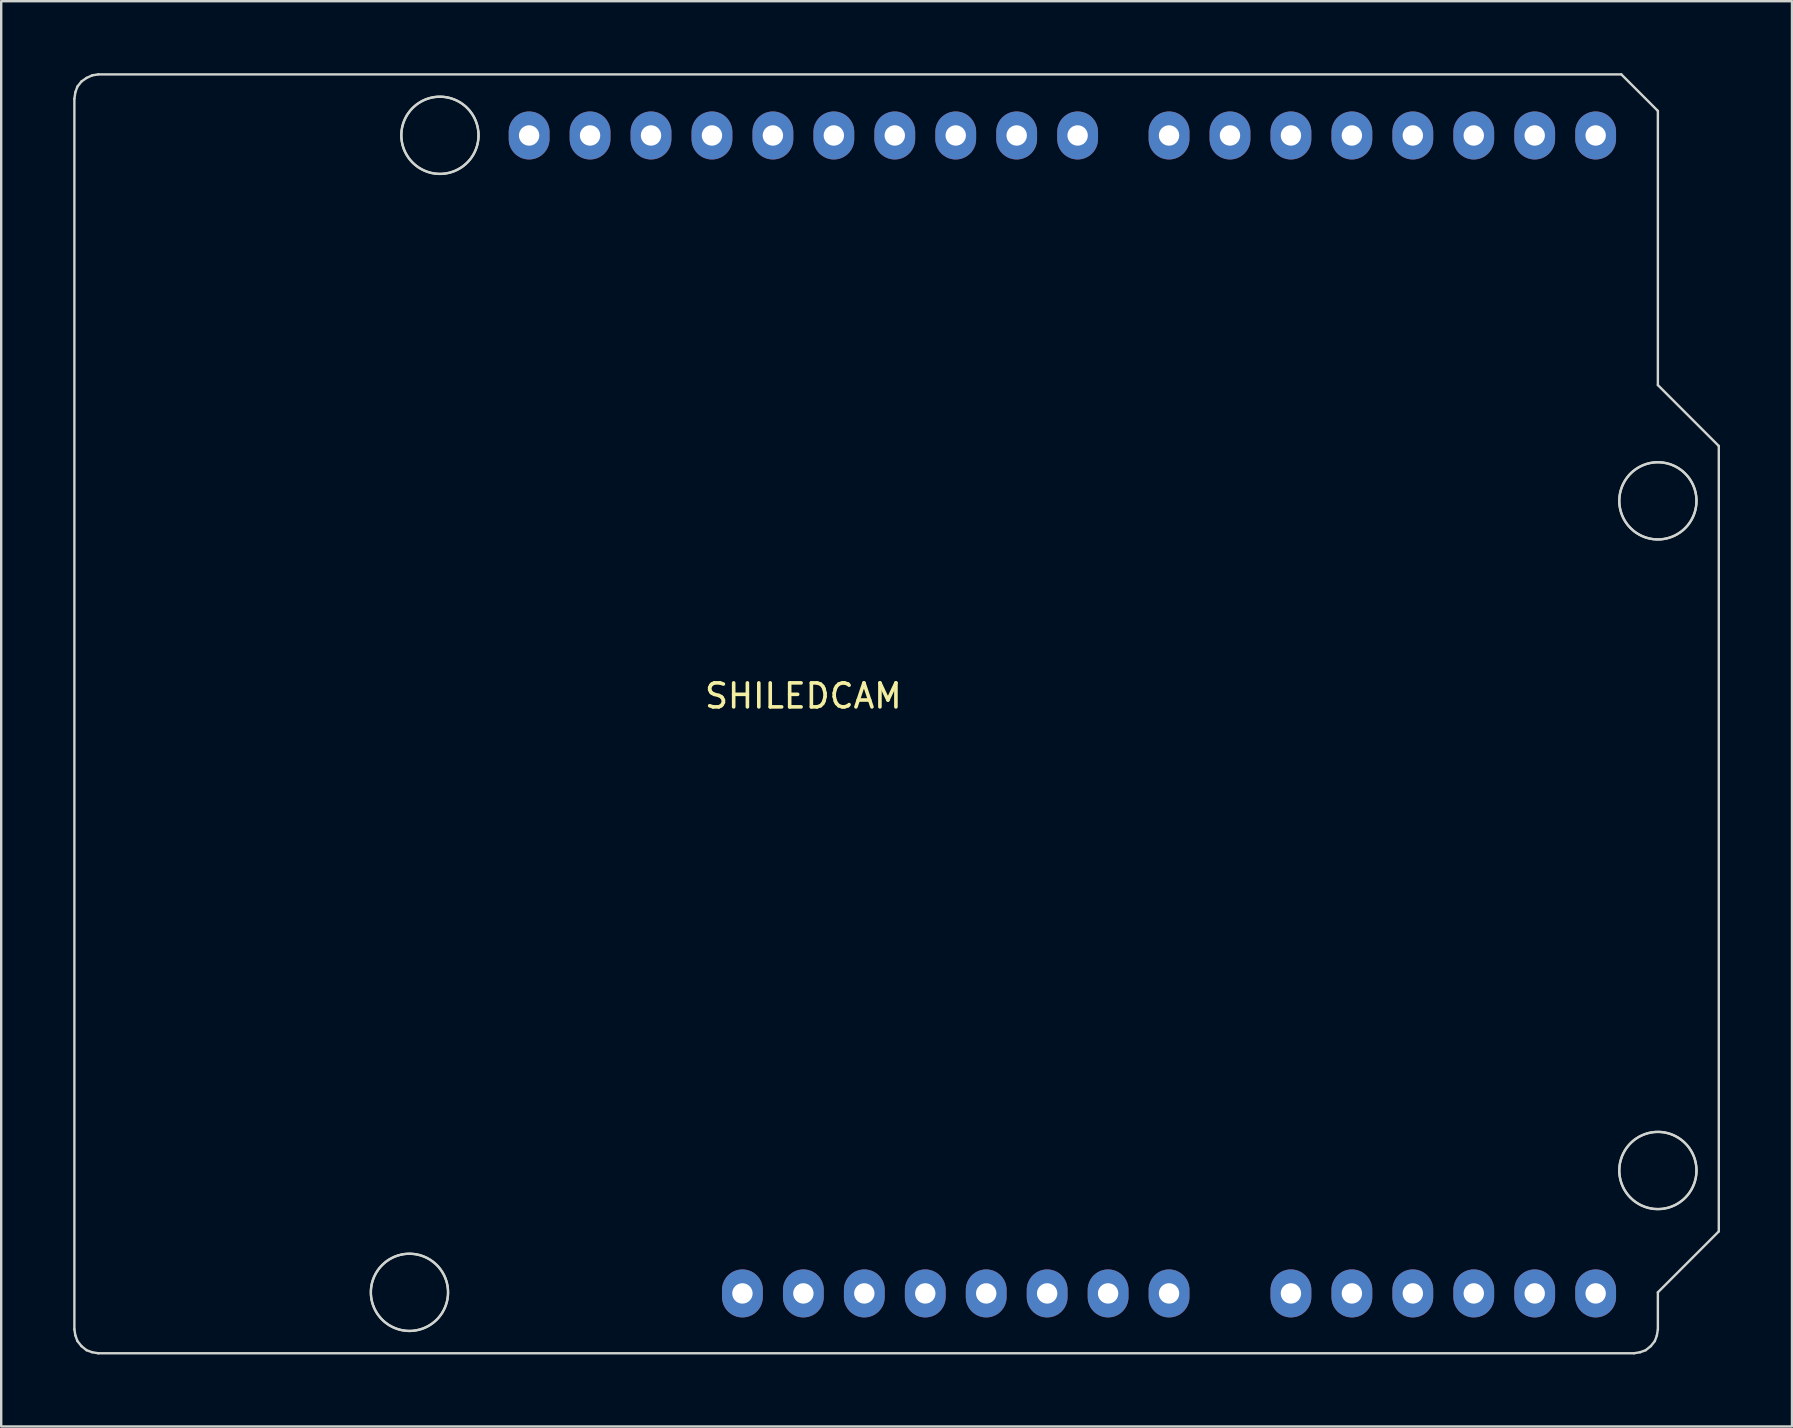
<source format=kicad_pcb>
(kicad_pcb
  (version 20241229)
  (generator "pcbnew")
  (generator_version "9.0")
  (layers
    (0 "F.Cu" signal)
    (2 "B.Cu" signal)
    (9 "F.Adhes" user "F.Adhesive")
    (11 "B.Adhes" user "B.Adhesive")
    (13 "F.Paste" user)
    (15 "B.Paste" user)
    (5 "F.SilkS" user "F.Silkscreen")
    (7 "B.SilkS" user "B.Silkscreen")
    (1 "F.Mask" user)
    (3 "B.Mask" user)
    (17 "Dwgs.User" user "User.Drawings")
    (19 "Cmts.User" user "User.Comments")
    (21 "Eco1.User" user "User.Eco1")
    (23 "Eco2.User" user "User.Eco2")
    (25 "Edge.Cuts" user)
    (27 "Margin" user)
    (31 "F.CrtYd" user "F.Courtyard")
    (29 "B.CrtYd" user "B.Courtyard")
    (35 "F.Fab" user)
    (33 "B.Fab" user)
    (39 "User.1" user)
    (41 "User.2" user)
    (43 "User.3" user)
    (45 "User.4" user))
  (footprint "SHILEDCAM"
    (layer "F.Cu")
    (at 30.432 25.456)
    (property "Reference" "SHILEDCAM" (at 0 0.5 0) (layer "F.SilkS") (effects (font (size 1 1) (thickness 0.15))))
    (attr through_hole)
    (fp_line (start -30.382 -24.391) (end -30.34 -24.666) (stroke (width 0.1) (type solid)) (layer "Edge.Cuts"))
    (fp_line (start -30.382 26.899) (end -30.382 -24.391) (stroke (width 0.1) (type solid)) (layer "Edge.Cuts"))
    (fp_line (start -30.34 -24.666) (end -30.255 -24.899) (stroke (width 0.1) (type solid)) (layer "Edge.Cuts"))
    (fp_line (start -30.34 27.153) (end -30.382 26.899) (stroke (width 0.1) (type solid)) (layer "Edge.Cuts"))
    (fp_line (start -30.255 -24.899) (end -30.086 -25.11) (stroke (width 0.1) (type solid)) (layer "Edge.Cuts"))
    (fp_line (start -30.255 27.386) (end -30.34 27.153) (stroke (width 0.1) (type solid)) (layer "Edge.Cuts"))
    (fp_line (start -30.086 -25.11) (end -29.874 -25.258) (stroke (width 0.1) (type solid)) (layer "Edge.Cuts"))
    (fp_line (start -30.086 27.597) (end -30.255 27.386) (stroke (width 0.1) (type solid)) (layer "Edge.Cuts"))
    (fp_line (start -29.874 -25.258) (end -29.642 -25.364) (stroke (width 0.1) (type solid)) (layer "Edge.Cuts"))
    (fp_line (start -29.874 27.767) (end -30.086 27.597) (stroke (width 0.1) (type solid)) (layer "Edge.Cuts"))
    (fp_line (start -29.642 -25.364) (end -29.388 -25.406) (stroke (width 0.1) (type solid)) (layer "Edge.Cuts"))
    (fp_line (start -29.642 27.851) (end -29.874 27.767) (stroke (width 0.1) (type solid)) (layer "Edge.Cuts"))
    (fp_line (start -29.388 -25.406) (end 34.09 -25.406) (stroke (width 0.1) (type solid)) (layer "Edge.Cuts"))
    (fp_line (start -29.388 27.894) (end -29.642 27.851) (stroke (width 0.1) (type solid)) (layer "Edge.Cuts"))
    (fp_line (start -18.025 25.373) (end -18.024 25.429) (stroke (width 0.1) (type solid)) (layer "Edge.Cuts"))
    (fp_line (start -18.025 25.317) (end -18.025 25.373) (stroke (width 0.1) (type solid)) (layer "Edge.Cuts"))
    (fp_line (start -18.024 25.429) (end -18.02 25.484) (stroke (width 0.1) (type solid)) (layer "Edge.Cuts"))
    (fp_line (start -18.023 25.262) (end -18.025 25.317) (stroke (width 0.1) (type solid)) (layer "Edge.Cuts"))
    (fp_line (start -18.02 25.484) (end -18.015 25.54) (stroke (width 0.1) (type solid)) (layer "Edge.Cuts"))
    (fp_line (start -18.018 25.206) (end -18.023 25.262) (stroke (width 0.1) (type solid)) (layer "Edge.Cuts"))
    (fp_line (start -18.015 25.54) (end -18.007 25.595) (stroke (width 0.1) (type solid)) (layer "Edge.Cuts"))
    (fp_line (start -18.012 25.151) (end -18.018 25.206) (stroke (width 0.1) (type solid)) (layer "Edge.Cuts"))
    (fp_line (start -18.007 25.595) (end -17.998 25.65) (stroke (width 0.1) (type solid)) (layer "Edge.Cuts"))
    (fp_line (start -18.004 25.096) (end -18.012 25.151) (stroke (width 0.1) (type solid)) (layer "Edge.Cuts"))
    (fp_line (start -17.998 25.65) (end -17.987 25.704) (stroke (width 0.1) (type solid)) (layer "Edge.Cuts"))
    (fp_line (start -17.994 25.041) (end -18.004 25.096) (stroke (width 0.1) (type solid)) (layer "Edge.Cuts"))
    (fp_line (start -17.987 25.704) (end -17.974 25.759) (stroke (width 0.1) (type solid)) (layer "Edge.Cuts"))
    (fp_line (start -17.983 24.986) (end -17.994 25.041) (stroke (width 0.1) (type solid)) (layer "Edge.Cuts"))
    (fp_line (start -17.974 25.759) (end -17.959 25.812) (stroke (width 0.1) (type solid)) (layer "Edge.Cuts"))
    (fp_line (start -17.969 24.932) (end -17.983 24.986) (stroke (width 0.1) (type solid)) (layer "Edge.Cuts"))
    (fp_line (start -17.959 25.812) (end -17.942 25.865) (stroke (width 0.1) (type solid)) (layer "Edge.Cuts"))
    (fp_line (start -17.953 24.879) (end -17.969 24.932) (stroke (width 0.1) (type solid)) (layer "Edge.Cuts"))
    (fp_line (start -17.942 25.865) (end -17.923 25.918) (stroke (width 0.1) (type solid)) (layer "Edge.Cuts"))
    (fp_line (start -17.936 24.826) (end -17.953 24.879) (stroke (width 0.1) (type solid)) (layer "Edge.Cuts"))
    (fp_line (start -17.923 25.918) (end -17.903 25.97) (stroke (width 0.1) (type solid)) (layer "Edge.Cuts"))
    (fp_line (start -17.917 24.774) (end -17.936 24.826) (stroke (width 0.1) (type solid)) (layer "Edge.Cuts"))
    (fp_line (start -17.903 25.97) (end -17.881 26.021) (stroke (width 0.1) (type solid)) (layer "Edge.Cuts"))
    (fp_line (start -17.896 24.722) (end -17.917 24.774) (stroke (width 0.1) (type solid)) (layer "Edge.Cuts"))
    (fp_line (start -17.881 26.021) (end -17.857 26.071) (stroke (width 0.1) (type solid)) (layer "Edge.Cuts"))
    (fp_line (start -17.873 24.671) (end -17.896 24.722) (stroke (width 0.1) (type solid)) (layer "Edge.Cuts"))
    (fp_line (start -17.857 26.071) (end -17.831 26.121) (stroke (width 0.1) (type solid)) (layer "Edge.Cuts"))
    (fp_line (start -17.848 24.621) (end -17.873 24.671) (stroke (width 0.1) (type solid)) (layer "Edge.Cuts"))
    (fp_line (start -17.831 26.121) (end -17.804 26.169) (stroke (width 0.1) (type solid)) (layer "Edge.Cuts"))
    (fp_line (start -17.822 24.572) (end -17.848 24.621) (stroke (width 0.1) (type solid)) (layer "Edge.Cuts"))
    (fp_line (start -17.804 26.169) (end -17.775 26.217) (stroke (width 0.1) (type solid)) (layer "Edge.Cuts"))
    (fp_line (start -17.794 24.524) (end -17.822 24.572) (stroke (width 0.1) (type solid)) (layer "Edge.Cuts"))
    (fp_line (start -17.775 26.217) (end -17.744 26.263) (stroke (width 0.1) (type solid)) (layer "Edge.Cuts"))
    (fp_line (start -17.764 24.477) (end -17.794 24.524) (stroke (width 0.1) (type solid)) (layer "Edge.Cuts"))
    (fp_line (start -17.744 26.263) (end -17.712 26.309) (stroke (width 0.1) (type solid)) (layer "Edge.Cuts"))
    (fp_line (start -17.733 24.43) (end -17.764 24.477) (stroke (width 0.1) (type solid)) (layer "Edge.Cuts"))
    (fp_line (start -17.712 26.309) (end -17.678 26.353) (stroke (width 0.1) (type solid)) (layer "Edge.Cuts"))
    (fp_line (start -17.7 24.385) (end -17.733 24.43) (stroke (width 0.1) (type solid)) (layer "Edge.Cuts"))
    (fp_line (start -17.678 26.353) (end -17.642 26.396) (stroke (width 0.1) (type solid)) (layer "Edge.Cuts"))
    (fp_line (start -17.666 24.341) (end -17.7 24.385) (stroke (width 0.1) (type solid)) (layer "Edge.Cuts"))
    (fp_line (start -17.642 26.396) (end -17.606 26.438) (stroke (width 0.1) (type solid)) (layer "Edge.Cuts"))
    (fp_line (start -17.63 24.299) (end -17.666 24.341) (stroke (width 0.1) (type solid)) (layer "Edge.Cuts"))
    (fp_line (start -17.606 26.438) (end -17.567 26.478) (stroke (width 0.1) (type solid)) (layer "Edge.Cuts"))
    (fp_line (start -17.593 24.257) (end -17.63 24.299) (stroke (width 0.1) (type solid)) (layer "Edge.Cuts"))
    (fp_line (start -17.567 26.478) (end -17.528 26.517) (stroke (width 0.1) (type solid)) (layer "Edge.Cuts"))
    (fp_line (start -17.554 24.217) (end -17.593 24.257) (stroke (width 0.1) (type solid)) (layer "Edge.Cuts"))
    (fp_line (start -17.528 26.517) (end -17.487 26.555) (stroke (width 0.1) (type solid)) (layer "Edge.Cuts"))
    (fp_line (start -17.514 24.179) (end -17.554 24.217) (stroke (width 0.1) (type solid)) (layer "Edge.Cuts"))
    (fp_line (start -17.487 26.555) (end -17.445 26.592) (stroke (width 0.1) (type solid)) (layer "Edge.Cuts"))
    (fp_line (start -17.473 24.141) (end -17.514 24.179) (stroke (width 0.1) (type solid)) (layer "Edge.Cuts"))
    (fp_line (start -17.445 26.592) (end -17.401 26.626) (stroke (width 0.1) (type solid)) (layer "Edge.Cuts"))
    (fp_line (start -17.43 24.105) (end -17.473 24.141) (stroke (width 0.1) (type solid)) (layer "Edge.Cuts"))
    (fp_line (start -17.401 26.626) (end -17.356 26.66) (stroke (width 0.1) (type solid)) (layer "Edge.Cuts"))
    (fp_line (start -17.386 24.071) (end -17.43 24.105) (stroke (width 0.1) (type solid)) (layer "Edge.Cuts"))
    (fp_line (start -17.356 26.66) (end -17.311 26.692) (stroke (width 0.1) (type solid)) (layer "Edge.Cuts"))
    (fp_line (start -17.341 24.038) (end -17.386 24.071) (stroke (width 0.1) (type solid)) (layer "Edge.Cuts"))
    (fp_line (start -17.311 26.692) (end -17.264 26.722) (stroke (width 0.1) (type solid)) (layer "Edge.Cuts"))
    (fp_line (start -17.295 24.007) (end -17.341 24.038) (stroke (width 0.1) (type solid)) (layer "Edge.Cuts"))
    (fp_line (start -17.264 26.722) (end -17.216 26.75) (stroke (width 0.1) (type solid)) (layer "Edge.Cuts"))
    (fp_line (start -17.248 23.977) (end -17.295 24.007) (stroke (width 0.1) (type solid)) (layer "Edge.Cuts"))
    (fp_line (start -17.216 26.75) (end -17.167 26.777) (stroke (width 0.1) (type solid)) (layer "Edge.Cuts"))
    (fp_line (start -17.2 23.95) (end -17.248 23.977) (stroke (width 0.1) (type solid)) (layer "Edge.Cuts"))
    (fp_line (start -17.167 26.777) (end -17.117 26.802) (stroke (width 0.1) (type solid)) (layer "Edge.Cuts"))
    (fp_line (start -17.151 23.923) (end -17.2 23.95) (stroke (width 0.1) (type solid)) (layer "Edge.Cuts"))
    (fp_line (start -17.117 26.802) (end -17.067 26.825) (stroke (width 0.1) (type solid)) (layer "Edge.Cuts"))
    (fp_line (start -17.101 23.899) (end -17.151 23.923) (stroke (width 0.1) (type solid)) (layer "Edge.Cuts"))
    (fp_line (start -17.067 26.825) (end -17.015 26.847) (stroke (width 0.1) (type solid)) (layer "Edge.Cuts"))
    (fp_line (start -17.05 23.876) (end -17.101 23.899) (stroke (width 0.1) (type solid)) (layer "Edge.Cuts"))
    (fp_line (start -17.015 26.847) (end -16.963 26.867) (stroke (width 0.1) (type solid)) (layer "Edge.Cuts"))
    (fp_line (start -16.998 23.855) (end -17.05 23.876) (stroke (width 0.1) (type solid)) (layer "Edge.Cuts"))
    (fp_line (start -16.963 26.867) (end -16.911 26.885) (stroke (width 0.1) (type solid)) (layer "Edge.Cuts"))
    (fp_line (start -16.946 23.836) (end -16.998 23.855) (stroke (width 0.1) (type solid)) (layer "Edge.Cuts"))
    (fp_line (start -16.911 26.885) (end -16.857 26.901) (stroke (width 0.1) (type solid)) (layer "Edge.Cuts"))
    (fp_line (start -16.893 23.818) (end -16.946 23.836) (stroke (width 0.1) (type solid)) (layer "Edge.Cuts"))
    (fp_line (start -16.857 26.901) (end -16.803 26.915) (stroke (width 0.1) (type solid)) (layer "Edge.Cuts"))
    (fp_line (start -16.839 23.803) (end -16.893 23.818) (stroke (width 0.1) (type solid)) (layer "Edge.Cuts"))
    (fp_line (start -16.803 26.915) (end -16.749 26.928) (stroke (width 0.1) (type solid)) (layer "Edge.Cuts"))
    (fp_line (start -16.785 23.789) (end -16.839 23.803) (stroke (width 0.1) (type solid)) (layer "Edge.Cuts"))
    (fp_line (start -16.756 -22.849) (end -16.754 -22.793) (stroke (width 0.1) (type solid)) (layer "Edge.Cuts"))
    (fp_line (start -16.755 -22.905) (end -16.756 -22.849) (stroke (width 0.1) (type solid)) (layer "Edge.Cuts"))
    (fp_line (start -16.754 -22.793) (end -16.75 -22.738) (stroke (width 0.1) (type solid)) (layer "Edge.Cuts"))
    (fp_line (start -16.753 -22.96) (end -16.755 -22.905) (stroke (width 0.1) (type solid)) (layer "Edge.Cuts"))
    (fp_line (start -16.75 -22.738) (end -16.745 -22.682) (stroke (width 0.1) (type solid)) (layer "Edge.Cuts"))
    (fp_line (start -16.749 26.928) (end -16.694 26.938) (stroke (width 0.1) (type solid)) (layer "Edge.Cuts"))
    (fp_line (start -16.749 -23.016) (end -16.753 -22.96) (stroke (width 0.1) (type solid)) (layer "Edge.Cuts"))
    (fp_line (start -16.745 -22.682) (end -16.738 -22.627) (stroke (width 0.1) (type solid)) (layer "Edge.Cuts"))
    (fp_line (start -16.743 -23.071) (end -16.749 -23.016) (stroke (width 0.1) (type solid)) (layer "Edge.Cuts"))
    (fp_line (start -16.738 -22.627) (end -16.728 -22.572) (stroke (width 0.1) (type solid)) (layer "Edge.Cuts"))
    (fp_line (start -16.735 -23.126) (end -16.743 -23.071) (stroke (width 0.1) (type solid)) (layer "Edge.Cuts"))
    (fp_line (start -16.731 23.777) (end -16.785 23.789) (stroke (width 0.1) (type solid)) (layer "Edge.Cuts"))
    (fp_line (start -16.728 -22.572) (end -16.717 -22.517) (stroke (width 0.1) (type solid)) (layer "Edge.Cuts"))
    (fp_line (start -16.725 -23.181) (end -16.735 -23.126) (stroke (width 0.1) (type solid)) (layer "Edge.Cuts"))
    (fp_line (start -16.717 -22.517) (end -16.704 -22.463) (stroke (width 0.1) (type solid)) (layer "Edge.Cuts"))
    (fp_line (start -16.713 -23.236) (end -16.725 -23.181) (stroke (width 0.1) (type solid)) (layer "Edge.Cuts"))
    (fp_line (start -16.704 -22.463) (end -16.689 -22.409) (stroke (width 0.1) (type solid)) (layer "Edge.Cuts"))
    (fp_line (start -16.699 -23.29) (end -16.713 -23.236) (stroke (width 0.1) (type solid)) (layer "Edge.Cuts"))
    (fp_line (start -16.694 26.938) (end -16.639 26.947) (stroke (width 0.1) (type solid)) (layer "Edge.Cuts"))
    (fp_line (start -16.689 -22.409) (end -16.672 -22.356) (stroke (width 0.1) (type solid)) (layer "Edge.Cuts"))
    (fp_line (start -16.684 -23.343) (end -16.699 -23.29) (stroke (width 0.1) (type solid)) (layer "Edge.Cuts"))
    (fp_line (start -16.676 23.767) (end -16.731 23.777) (stroke (width 0.1) (type solid)) (layer "Edge.Cuts"))
    (fp_line (start -16.672 -22.356) (end -16.654 -22.304) (stroke (width 0.1) (type solid)) (layer "Edge.Cuts"))
    (fp_line (start -16.666 -23.396) (end -16.684 -23.343) (stroke (width 0.1) (type solid)) (layer "Edge.Cuts"))
    (fp_line (start -16.654 -22.304) (end -16.633 -22.252) (stroke (width 0.1) (type solid)) (layer "Edge.Cuts"))
    (fp_line (start -16.647 -23.448) (end -16.666 -23.396) (stroke (width 0.1) (type solid)) (layer "Edge.Cuts"))
    (fp_line (start -16.639 26.947) (end -16.584 26.954) (stroke (width 0.1) (type solid)) (layer "Edge.Cuts"))
    (fp_line (start -16.633 -22.252) (end -16.611 -22.201) (stroke (width 0.1) (type solid)) (layer "Edge.Cuts"))
    (fp_line (start -16.626 -23.5) (end -16.647 -23.448) (stroke (width 0.1) (type solid)) (layer "Edge.Cuts"))
    (fp_line (start -16.621 23.759) (end -16.676 23.767) (stroke (width 0.1) (type solid)) (layer "Edge.Cuts"))
    (fp_line (start -16.611 -22.201) (end -16.587 -22.151) (stroke (width 0.1) (type solid)) (layer "Edge.Cuts"))
    (fp_line (start -16.603 -23.551) (end -16.626 -23.5) (stroke (width 0.1) (type solid)) (layer "Edge.Cuts"))
    (fp_line (start -16.587 -22.151) (end -16.561 -22.101) (stroke (width 0.1) (type solid)) (layer "Edge.Cuts"))
    (fp_line (start -16.584 26.954) (end -16.529 26.959) (stroke (width 0.1) (type solid)) (layer "Edge.Cuts"))
    (fp_line (start -16.579 -23.601) (end -16.603 -23.551) (stroke (width 0.1) (type solid)) (layer "Edge.Cuts"))
    (fp_line (start -16.566 23.753) (end -16.621 23.759) (stroke (width 0.1) (type solid)) (layer "Edge.Cuts"))
    (fp_line (start -16.561 -22.101) (end -16.534 -22.053) (stroke (width 0.1) (type solid)) (layer "Edge.Cuts"))
    (fp_line (start -16.553 -23.65) (end -16.579 -23.601) (stroke (width 0.1) (type solid)) (layer "Edge.Cuts"))
    (fp_line (start -16.534 -22.053) (end -16.505 -22.005) (stroke (width 0.1) (type solid)) (layer "Edge.Cuts"))
    (fp_line (start -16.529 26.959) (end -16.473 26.962) (stroke (width 0.1) (type solid)) (layer "Edge.Cuts"))
    (fp_line (start -16.525 -23.698) (end -16.553 -23.65) (stroke (width 0.1) (type solid)) (layer "Edge.Cuts"))
    (fp_line (start -16.51 23.749) (end -16.566 23.753) (stroke (width 0.1) (type solid)) (layer "Edge.Cuts"))
    (fp_line (start -16.505 -22.005) (end -16.474 -21.959) (stroke (width 0.1) (type solid)) (layer "Edge.Cuts"))
    (fp_line (start -16.495 -23.745) (end -16.525 -23.698) (stroke (width 0.1) (type solid)) (layer "Edge.Cuts"))
    (fp_line (start -16.474 -21.959) (end -16.442 -21.913) (stroke (width 0.1) (type solid)) (layer "Edge.Cuts"))
    (fp_line (start -16.473 26.962) (end -16.417 26.963) (stroke (width 0.1) (type solid)) (layer "Edge.Cuts"))
    (fp_line (start -16.464 -23.791) (end -16.495 -23.745) (stroke (width 0.1) (type solid)) (layer "Edge.Cuts"))
    (fp_line (start -16.454 23.747) (end -16.51 23.749) (stroke (width 0.1) (type solid)) (layer "Edge.Cuts"))
    (fp_line (start -16.442 -21.913) (end -16.408 -21.869) (stroke (width 0.1) (type solid)) (layer "Edge.Cuts"))
    (fp_line (start -16.431 -23.836) (end -16.464 -23.791) (stroke (width 0.1) (type solid)) (layer "Edge.Cuts"))
    (fp_line (start -16.417 26.963) (end -16.361 26.962) (stroke (width 0.1) (type solid)) (layer "Edge.Cuts"))
    (fp_line (start -16.408 -21.869) (end -16.373 -21.826) (stroke (width 0.1) (type solid)) (layer "Edge.Cuts"))
    (fp_line (start -16.399 23.746) (end -16.454 23.747) (stroke (width 0.1) (type solid)) (layer "Edge.Cuts"))
    (fp_line (start -16.397 -23.88) (end -16.431 -23.836) (stroke (width 0.1) (type solid)) (layer "Edge.Cuts"))
    (fp_line (start -16.373 -21.826) (end -16.336 -21.784) (stroke (width 0.1) (type solid)) (layer "Edge.Cuts"))
    (fp_line (start -16.361 26.962) (end -16.305 26.959) (stroke (width 0.1) (type solid)) (layer "Edge.Cuts"))
    (fp_line (start -16.361 -23.923) (end -16.397 -23.88) (stroke (width 0.1) (type solid)) (layer "Edge.Cuts"))
    (fp_line (start -16.343 23.748) (end -16.399 23.746) (stroke (width 0.1) (type solid)) (layer "Edge.Cuts"))
    (fp_line (start -16.336 -21.784) (end -16.298 -21.743) (stroke (width 0.1) (type solid)) (layer "Edge.Cuts"))
    (fp_line (start -16.323 -23.964) (end -16.361 -23.923) (stroke (width 0.1) (type solid)) (layer "Edge.Cuts"))
    (fp_line (start -16.305 26.959) (end -16.249 26.954) (stroke (width 0.1) (type solid)) (layer "Edge.Cuts"))
    (fp_line (start -16.298 -21.743) (end -16.258 -21.704) (stroke (width 0.1) (type solid)) (layer "Edge.Cuts"))
    (fp_line (start -16.287 23.752) (end -16.343 23.748) (stroke (width 0.1) (type solid)) (layer "Edge.Cuts"))
    (fp_line (start -16.285 -24.004) (end -16.323 -23.964) (stroke (width 0.1) (type solid)) (layer "Edge.Cuts"))
    (fp_line (start -16.258 -21.704) (end -16.217 -21.667) (stroke (width 0.1) (type solid)) (layer "Edge.Cuts"))
    (fp_line (start -16.249 26.954) (end -16.193 26.947) (stroke (width 0.1) (type solid)) (layer "Edge.Cuts"))
    (fp_line (start -16.245 -24.043) (end -16.285 -24.004) (stroke (width 0.1) (type solid)) (layer "Edge.Cuts"))
    (fp_line (start -16.232 23.757) (end -16.287 23.752) (stroke (width 0.1) (type solid)) (layer "Edge.Cuts"))
    (fp_line (start -16.217 -21.667) (end -16.175 -21.63) (stroke (width 0.1) (type solid)) (layer "Edge.Cuts"))
    (fp_line (start -16.203 -24.08) (end -16.245 -24.043) (stroke (width 0.1) (type solid)) (layer "Edge.Cuts"))
    (fp_line (start -16.193 26.947) (end -16.138 26.938) (stroke (width 0.1) (type solid)) (layer "Edge.Cuts"))
    (fp_line (start -16.177 23.764) (end -16.232 23.757) (stroke (width 0.1) (type solid)) (layer "Edge.Cuts"))
    (fp_line (start -16.175 -21.63) (end -16.131 -21.595) (stroke (width 0.1) (type solid)) (layer "Edge.Cuts"))
    (fp_line (start -16.161 -24.116) (end -16.203 -24.08) (stroke (width 0.1) (type solid)) (layer "Edge.Cuts"))
    (fp_line (start -16.138 26.938) (end -16.083 26.927) (stroke (width 0.1) (type solid)) (layer "Edge.Cuts"))
    (fp_line (start -16.131 -21.595) (end -16.087 -21.562) (stroke (width 0.1) (type solid)) (layer "Edge.Cuts"))
    (fp_line (start -16.122 23.774) (end -16.177 23.764) (stroke (width 0.1) (type solid)) (layer "Edge.Cuts"))
    (fp_line (start -16.117 -24.151) (end -16.161 -24.116) (stroke (width 0.1) (type solid)) (layer "Edge.Cuts"))
    (fp_line (start -16.087 -21.562) (end -16.041 -21.53) (stroke (width 0.1) (type solid)) (layer "Edge.Cuts"))
    (fp_line (start -16.083 26.927) (end -16.028 26.915) (stroke (width 0.1) (type solid)) (layer "Edge.Cuts"))
    (fp_line (start -16.072 -24.183) (end -16.117 -24.151) (stroke (width 0.1) (type solid)) (layer "Edge.Cuts"))
    (fp_line (start -16.067 23.785) (end -16.122 23.774) (stroke (width 0.1) (type solid)) (layer "Edge.Cuts"))
    (fp_line (start -16.041 -21.53) (end -15.994 -21.5) (stroke (width 0.1) (type solid)) (layer "Edge.Cuts"))
    (fp_line (start -16.028 26.915) (end -15.974 26.9) (stroke (width 0.1) (type solid)) (layer "Edge.Cuts"))
    (fp_line (start -16.026 -24.215) (end -16.072 -24.183) (stroke (width 0.1) (type solid)) (layer "Edge.Cuts"))
    (fp_line (start -16.013 23.798) (end -16.067 23.785) (stroke (width 0.1) (type solid)) (layer "Edge.Cuts"))
    (fp_line (start -15.994 -21.5) (end -15.946 -21.472) (stroke (width 0.1) (type solid)) (layer "Edge.Cuts"))
    (fp_line (start -15.978 -24.244) (end -16.026 -24.215) (stroke (width 0.1) (type solid)) (layer "Edge.Cuts"))
    (fp_line (start -15.974 26.9) (end -15.92 26.884) (stroke (width 0.1) (type solid)) (layer "Edge.Cuts"))
    (fp_line (start -15.959 23.813) (end -16.013 23.798) (stroke (width 0.1) (type solid)) (layer "Edge.Cuts"))
    (fp_line (start -15.946 -21.472) (end -15.897 -21.445) (stroke (width 0.1) (type solid)) (layer "Edge.Cuts"))
    (fp_line (start -15.93 -24.272) (end -15.978 -24.244) (stroke (width 0.1) (type solid)) (layer "Edge.Cuts"))
    (fp_line (start -15.92 26.884) (end -15.867 26.866) (stroke (width 0.1) (type solid)) (layer "Edge.Cuts"))
    (fp_line (start -15.906 23.83) (end -15.959 23.813) (stroke (width 0.1) (type solid)) (layer "Edge.Cuts"))
    (fp_line (start -15.897 -21.445) (end -15.848 -21.42) (stroke (width 0.1) (type solid)) (layer "Edge.Cuts"))
    (fp_line (start -15.881 -24.299) (end -15.93 -24.272) (stroke (width 0.1) (type solid)) (layer "Edge.Cuts"))
    (fp_line (start -15.867 26.866) (end -15.815 26.845) (stroke (width 0.1) (type solid)) (layer "Edge.Cuts"))
    (fp_line (start -15.854 23.848) (end -15.906 23.83) (stroke (width 0.1) (type solid)) (layer "Edge.Cuts"))
    (fp_line (start -15.848 -21.42) (end -15.797 -21.396) (stroke (width 0.1) (type solid)) (layer "Edge.Cuts"))
    (fp_line (start -15.831 -24.323) (end -15.881 -24.299) (stroke (width 0.1) (type solid)) (layer "Edge.Cuts"))
    (fp_line (start -15.815 26.845) (end -15.763 26.823) (stroke (width 0.1) (type solid)) (layer "Edge.Cuts"))
    (fp_line (start -15.802 23.869) (end -15.854 23.848) (stroke (width 0.1) (type solid)) (layer "Edge.Cuts"))
    (fp_line (start -15.797 -21.396) (end -15.746 -21.375) (stroke (width 0.1) (type solid)) (layer "Edge.Cuts"))
    (fp_line (start -15.78 -24.346) (end -15.831 -24.323) (stroke (width 0.1) (type solid)) (layer "Edge.Cuts"))
    (fp_line (start -15.763 26.823) (end -15.712 26.8) (stroke (width 0.1) (type solid)) (layer "Edge.Cuts"))
    (fp_line (start -15.751 23.891) (end -15.802 23.869) (stroke (width 0.1) (type solid)) (layer "Edge.Cuts"))
    (fp_line (start -15.746 -21.375) (end -15.694 -21.355) (stroke (width 0.1) (type solid)) (layer "Edge.Cuts"))
    (fp_line (start -15.729 -24.367) (end -15.78 -24.346) (stroke (width 0.1) (type solid)) (layer "Edge.Cuts"))
    (fp_line (start -15.712 26.8) (end -15.662 26.774) (stroke (width 0.1) (type solid)) (layer "Edge.Cuts"))
    (fp_line (start -15.7 23.915) (end -15.751 23.891) (stroke (width 0.1) (type solid)) (layer "Edge.Cuts"))
    (fp_line (start -15.694 -21.355) (end -15.641 -21.337) (stroke (width 0.1) (type solid)) (layer "Edge.Cuts"))
    (fp_line (start -15.676 -24.386) (end -15.729 -24.367) (stroke (width 0.1) (type solid)) (layer "Edge.Cuts"))
    (fp_line (start -15.662 26.774) (end -15.613 26.747) (stroke (width 0.1) (type solid)) (layer "Edge.Cuts"))
    (fp_line (start -15.651 23.941) (end -15.7 23.915) (stroke (width 0.1) (type solid)) (layer "Edge.Cuts"))
    (fp_line (start -15.641 -21.337) (end -15.588 -21.321) (stroke (width 0.1) (type solid)) (layer "Edge.Cuts"))
    (fp_line (start -15.623 -24.404) (end -15.676 -24.386) (stroke (width 0.1) (type solid)) (layer "Edge.Cuts"))
    (fp_line (start -15.613 26.747) (end -15.565 26.718) (stroke (width 0.1) (type solid)) (layer "Edge.Cuts"))
    (fp_line (start -15.602 23.968) (end -15.651 23.941) (stroke (width 0.1) (type solid)) (layer "Edge.Cuts"))
    (fp_line (start -15.588 -21.321) (end -15.534 -21.306) (stroke (width 0.1) (type solid)) (layer "Edge.Cuts"))
    (fp_line (start -15.57 -24.419) (end -15.623 -24.404) (stroke (width 0.1) (type solid)) (layer "Edge.Cuts"))
    (fp_line (start -15.565 26.718) (end -15.518 26.688) (stroke (width 0.1) (type solid)) (layer "Edge.Cuts"))
    (fp_line (start -15.555 23.997) (end -15.602 23.968) (stroke (width 0.1) (type solid)) (layer "Edge.Cuts"))
    (fp_line (start -15.534 -21.306) (end -15.48 -21.294) (stroke (width 0.1) (type solid)) (layer "Edge.Cuts"))
    (fp_line (start -15.518 26.688) (end -15.472 26.655) (stroke (width 0.1) (type solid)) (layer "Edge.Cuts"))
    (fp_line (start -15.516 -24.433) (end -15.57 -24.419) (stroke (width 0.1) (type solid)) (layer "Edge.Cuts"))
    (fp_line (start -15.508 24.028) (end -15.555 23.997) (stroke (width 0.1) (type solid)) (layer "Edge.Cuts"))
    (fp_line (start -15.48 -21.294) (end -15.425 -21.283) (stroke (width 0.1) (type solid)) (layer "Edge.Cuts"))
    (fp_line (start -15.472 26.655) (end -15.427 26.622) (stroke (width 0.1) (type solid)) (layer "Edge.Cuts"))
    (fp_line (start -15.463 24.06) (end -15.508 24.028) (stroke (width 0.1) (type solid)) (layer "Edge.Cuts"))
    (fp_line (start -15.461 -24.445) (end -15.516 -24.433) (stroke (width 0.1) (type solid)) (layer "Edge.Cuts"))
    (fp_line (start -15.427 26.622) (end -15.384 26.586) (stroke (width 0.1) (type solid)) (layer "Edge.Cuts"))
    (fp_line (start -15.425 -21.283) (end -15.37 -21.275) (stroke (width 0.1) (type solid)) (layer "Edge.Cuts"))
    (fp_line (start -15.419 24.094) (end -15.463 24.06) (stroke (width 0.1) (type solid)) (layer "Edge.Cuts"))
    (fp_line (start -15.407 -24.454) (end -15.461 -24.445) (stroke (width 0.1) (type solid)) (layer "Edge.Cuts"))
    (fp_line (start -15.384 26.586) (end -15.341 26.549) (stroke (width 0.1) (type solid)) (layer "Edge.Cuts"))
    (fp_line (start -15.376 24.129) (end -15.419 24.094) (stroke (width 0.1) (type solid)) (layer "Edge.Cuts"))
    (fp_line (start -15.37 -21.275) (end -15.314 -21.268) (stroke (width 0.1) (type solid)) (layer "Edge.Cuts"))
    (fp_line (start -15.351 -24.463) (end -15.407 -24.454) (stroke (width 0.1) (type solid)) (layer "Edge.Cuts"))
    (fp_line (start -15.341 26.549) (end -15.3 26.511) (stroke (width 0.1) (type solid)) (layer "Edge.Cuts"))
    (fp_line (start -15.334 24.166) (end -15.376 24.129) (stroke (width 0.1) (type solid)) (layer "Edge.Cuts"))
    (fp_line (start -15.314 -21.268) (end -15.259 -21.263) (stroke (width 0.1) (type solid)) (layer "Edge.Cuts"))
    (fp_line (start -15.3 26.511) (end -15.26 26.471) (stroke (width 0.1) (type solid)) (layer "Edge.Cuts"))
    (fp_line (start -15.296 -24.469) (end -15.351 -24.463) (stroke (width 0.1) (type solid)) (layer "Edge.Cuts"))
    (fp_line (start -15.293 24.204) (end -15.334 24.166) (stroke (width 0.1) (type solid)) (layer "Edge.Cuts"))
    (fp_line (start -15.26 26.471) (end -15.222 26.43) (stroke (width 0.1) (type solid)) (layer "Edge.Cuts"))
    (fp_line (start -15.259 -21.263) (end -15.203 -21.26) (stroke (width 0.1) (type solid)) (layer "Edge.Cuts"))
    (fp_line (start -15.254 24.244) (end -15.293 24.204) (stroke (width 0.1) (type solid)) (layer "Edge.Cuts"))
    (fp_line (start -15.24 -24.473) (end -15.296 -24.469) (stroke (width 0.1) (type solid)) (layer "Edge.Cuts"))
    (fp_line (start -15.222 26.43) (end -15.185 26.388) (stroke (width 0.1) (type solid)) (layer "Edge.Cuts"))
    (fp_line (start -15.216 24.285) (end -15.254 24.244) (stroke (width 0.1) (type solid)) (layer "Edge.Cuts"))
    (fp_line (start -15.203 -21.26) (end -15.148 -21.259) (stroke (width 0.1) (type solid)) (layer "Edge.Cuts"))
    (fp_line (start -15.185 26.388) (end -15.15 26.344) (stroke (width 0.1) (type solid)) (layer "Edge.Cuts"))
    (fp_line (start -15.185 -24.475) (end -15.24 -24.473) (stroke (width 0.1) (type solid)) (layer "Edge.Cuts"))
    (fp_line (start -15.18 24.327) (end -15.216 24.285) (stroke (width 0.1) (type solid)) (layer "Edge.Cuts"))
    (fp_line (start -15.15 26.344) (end -15.116 26.3) (stroke (width 0.1) (type solid)) (layer "Edge.Cuts"))
    (fp_line (start -15.148 -21.259) (end -15.092 -21.26) (stroke (width 0.1) (type solid)) (layer "Edge.Cuts"))
    (fp_line (start -15.145 24.371) (end -15.18 24.327) (stroke (width 0.1) (type solid)) (layer "Edge.Cuts"))
    (fp_line (start -15.129 -24.475) (end -15.185 -24.475) (stroke (width 0.1) (type solid)) (layer "Edge.Cuts"))
    (fp_line (start -15.116 26.3) (end -15.084 26.254) (stroke (width 0.1) (type solid)) (layer "Edge.Cuts"))
    (fp_line (start -15.112 24.415) (end -15.145 24.371) (stroke (width 0.1) (type solid)) (layer "Edge.Cuts"))
    (fp_line (start -15.092 -21.26) (end -15.035 -21.263) (stroke (width 0.1) (type solid)) (layer "Edge.Cuts"))
    (fp_line (start -15.084 26.254) (end -15.053 26.207) (stroke (width 0.1) (type solid)) (layer "Edge.Cuts"))
    (fp_line (start -15.08 24.461) (end -15.112 24.415) (stroke (width 0.1) (type solid)) (layer "Edge.Cuts"))
    (fp_line (start -15.073 -24.474) (end -15.129 -24.475) (stroke (width 0.1) (type solid)) (layer "Edge.Cuts"))
    (fp_line (start -15.053 26.207) (end -15.025 26.158) (stroke (width 0.1) (type solid)) (layer "Edge.Cuts"))
    (fp_line (start -15.05 24.508) (end -15.08 24.461) (stroke (width 0.1) (type solid)) (layer "Edge.Cuts"))
    (fp_line (start -15.035 -21.263) (end -14.98 -21.268) (stroke (width 0.1) (type solid)) (layer "Edge.Cuts"))
    (fp_line (start -15.025 26.158) (end -14.997 26.109) (stroke (width 0.1) (type solid)) (layer "Edge.Cuts"))
    (fp_line (start -15.021 24.556) (end -15.05 24.508) (stroke (width 0.1) (type solid)) (layer "Edge.Cuts"))
    (fp_line (start -15.018 -24.47) (end -15.073 -24.474) (stroke (width 0.1) (type solid)) (layer "Edge.Cuts"))
    (fp_line (start -14.997 26.109) (end -14.972 26.059) (stroke (width 0.1) (type solid)) (layer "Edge.Cuts"))
    (fp_line (start -14.995 24.605) (end -15.021 24.556) (stroke (width 0.1) (type solid)) (layer "Edge.Cuts"))
    (fp_line (start -14.98 -21.268) (end -14.924 -21.275) (stroke (width 0.1) (type solid)) (layer "Edge.Cuts"))
    (fp_line (start -14.972 26.059) (end -14.948 26.008) (stroke (width 0.1) (type solid)) (layer "Edge.Cuts"))
    (fp_line (start -14.969 24.654) (end -14.995 24.605) (stroke (width 0.1) (type solid)) (layer "Edge.Cuts"))
    (fp_line (start -14.962 -24.465) (end -15.018 -24.47) (stroke (width 0.1) (type solid)) (layer "Edge.Cuts"))
    (fp_line (start -14.948 26.008) (end -14.926 25.957) (stroke (width 0.1) (type solid)) (layer "Edge.Cuts"))
    (fp_line (start -14.946 24.705) (end -14.969 24.654) (stroke (width 0.1) (type solid)) (layer "Edge.Cuts"))
    (fp_line (start -14.926 25.957) (end -14.906 25.904) (stroke (width 0.1) (type solid)) (layer "Edge.Cuts"))
    (fp_line (start -14.924 24.756) (end -14.946 24.705) (stroke (width 0.1) (type solid)) (layer "Edge.Cuts"))
    (fp_line (start -14.924 -21.275) (end -14.868 -21.284) (stroke (width 0.1) (type solid)) (layer "Edge.Cuts"))
    (fp_line (start -14.907 -24.457) (end -14.962 -24.465) (stroke (width 0.1) (type solid)) (layer "Edge.Cuts"))
    (fp_line (start -14.906 25.904) (end -14.888 25.851) (stroke (width 0.1) (type solid)) (layer "Edge.Cuts"))
    (fp_line (start -14.905 24.808) (end -14.924 24.756) (stroke (width 0.1) (type solid)) (layer "Edge.Cuts"))
    (fp_line (start -14.888 25.851) (end -14.871 25.798) (stroke (width 0.1) (type solid)) (layer "Edge.Cuts"))
    (fp_line (start -14.887 24.861) (end -14.905 24.808) (stroke (width 0.1) (type solid)) (layer "Edge.Cuts"))
    (fp_line (start -14.871 25.798) (end -14.857 25.743) (stroke (width 0.1) (type solid)) (layer "Edge.Cuts"))
    (fp_line (start -14.87 24.914) (end -14.887 24.861) (stroke (width 0.1) (type solid)) (layer "Edge.Cuts"))
    (fp_line (start -14.868 -21.284) (end -14.813 -21.294) (stroke (width 0.1) (type solid)) (layer "Edge.Cuts"))
    (fp_line (start -14.857 25.743) (end -14.844 25.689) (stroke (width 0.1) (type solid)) (layer "Edge.Cuts"))
    (fp_line (start -14.856 24.968) (end -14.87 24.914) (stroke (width 0.1) (type solid)) (layer "Edge.Cuts"))
    (fp_line (start -14.852 -24.448) (end -14.907 -24.457) (stroke (width 0.1) (type solid)) (layer "Edge.Cuts"))
    (fp_line (start -14.844 25.689) (end -14.834 25.634) (stroke (width 0.1) (type solid)) (layer "Edge.Cuts"))
    (fp_line (start -14.844 25.022) (end -14.856 24.968) (stroke (width 0.1) (type solid)) (layer "Edge.Cuts"))
    (fp_line (start -14.834 25.634) (end -14.825 25.578) (stroke (width 0.1) (type solid)) (layer "Edge.Cuts"))
    (fp_line (start -14.833 25.077) (end -14.844 25.022) (stroke (width 0.1) (type solid)) (layer "Edge.Cuts"))
    (fp_line (start -14.825 25.578) (end -14.818 25.523) (stroke (width 0.1) (type solid)) (layer "Edge.Cuts"))
    (fp_line (start -14.825 25.132) (end -14.833 25.077) (stroke (width 0.1) (type solid)) (layer "Edge.Cuts"))
    (fp_line (start -14.818 25.523) (end -14.813 25.467) (stroke (width 0.1) (type solid)) (layer "Edge.Cuts"))
    (fp_line (start -14.818 25.188) (end -14.825 25.132) (stroke (width 0.1) (type solid)) (layer "Edge.Cuts"))
    (fp_line (start -14.813 -21.294) (end -14.759 -21.307) (stroke (width 0.1) (type solid)) (layer "Edge.Cuts"))
    (fp_line (start -14.813 25.467) (end -14.81 25.411) (stroke (width 0.1) (type solid)) (layer "Edge.Cuts"))
    (fp_line (start -14.813 25.243) (end -14.818 25.188) (stroke (width 0.1) (type solid)) (layer "Edge.Cuts"))
    (fp_line (start -14.81 25.411) (end -14.809 25.354) (stroke (width 0.1) (type solid)) (layer "Edge.Cuts"))
    (fp_line (start -14.81 25.299) (end -14.813 25.243) (stroke (width 0.1) (type solid)) (layer "Edge.Cuts"))
    (fp_line (start -14.809 25.354) (end -14.81 25.299) (stroke (width 0.1) (type solid)) (layer "Edge.Cuts"))
    (fp_line (start -14.798 -24.437) (end -14.852 -24.448) (stroke (width 0.1) (type solid)) (layer "Edge.Cuts"))
    (fp_line (start -14.759 -21.307) (end -14.704 -21.322) (stroke (width 0.1) (type solid)) (layer "Edge.Cuts"))
    (fp_line (start -14.743 -24.424) (end -14.798 -24.437) (stroke (width 0.1) (type solid)) (layer "Edge.Cuts"))
    (fp_line (start -14.704 -21.322) (end -14.651 -21.338) (stroke (width 0.1) (type solid)) (layer "Edge.Cuts"))
    (fp_line (start -14.69 -24.409) (end -14.743 -24.424) (stroke (width 0.1) (type solid)) (layer "Edge.Cuts"))
    (fp_line (start -14.651 -21.338) (end -14.598 -21.356) (stroke (width 0.1) (type solid)) (layer "Edge.Cuts"))
    (fp_line (start -14.637 -24.392) (end -14.69 -24.409) (stroke (width 0.1) (type solid)) (layer "Edge.Cuts"))
    (fp_line (start -14.598 -21.356) (end -14.545 -21.376) (stroke (width 0.1) (type solid)) (layer "Edge.Cuts"))
    (fp_line (start -14.584 -24.373) (end -14.637 -24.392) (stroke (width 0.1) (type solid)) (layer "Edge.Cuts"))
    (fp_line (start -14.545 -21.376) (end -14.494 -21.398) (stroke (width 0.1) (type solid)) (layer "Edge.Cuts"))
    (fp_line (start -14.532 -24.353) (end -14.584 -24.373) (stroke (width 0.1) (type solid)) (layer "Edge.Cuts"))
    (fp_line (start -14.494 -21.398) (end -14.443 -21.422) (stroke (width 0.1) (type solid)) (layer "Edge.Cuts"))
    (fp_line (start -14.481 -24.331) (end -14.532 -24.353) (stroke (width 0.1) (type solid)) (layer "Edge.Cuts"))
    (fp_line (start -14.443 -21.422) (end -14.393 -21.448) (stroke (width 0.1) (type solid)) (layer "Edge.Cuts"))
    (fp_line (start -14.431 -24.307) (end -14.481 -24.331) (stroke (width 0.1) (type solid)) (layer "Edge.Cuts"))
    (fp_line (start -14.393 -21.448) (end -14.344 -21.475) (stroke (width 0.1) (type solid)) (layer "Edge.Cuts"))
    (fp_line (start -14.381 -24.281) (end -14.431 -24.307) (stroke (width 0.1) (type solid)) (layer "Edge.Cuts"))
    (fp_line (start -14.344 -21.475) (end -14.295 -21.504) (stroke (width 0.1) (type solid)) (layer "Edge.Cuts"))
    (fp_line (start -14.333 -24.254) (end -14.381 -24.281) (stroke (width 0.1) (type solid)) (layer "Edge.Cuts"))
    (fp_line (start -14.295 -21.504) (end -14.248 -21.534) (stroke (width 0.1) (type solid)) (layer "Edge.Cuts"))
    (fp_line (start -14.285 -24.225) (end -14.333 -24.254) (stroke (width 0.1) (type solid)) (layer "Edge.Cuts"))
    (fp_line (start -14.248 -21.534) (end -14.202 -21.566) (stroke (width 0.1) (type solid)) (layer "Edge.Cuts"))
    (fp_line (start -14.239 -24.194) (end -14.285 -24.225) (stroke (width 0.1) (type solid)) (layer "Edge.Cuts"))
    (fp_line (start -14.202 -21.566) (end -14.158 -21.6) (stroke (width 0.1) (type solid)) (layer "Edge.Cuts"))
    (fp_line (start -14.193 -24.162) (end -14.239 -24.194) (stroke (width 0.1) (type solid)) (layer "Edge.Cuts"))
    (fp_line (start -14.158 -21.6) (end -14.114 -21.636) (stroke (width 0.1) (type solid)) (layer "Edge.Cuts"))
    (fp_line (start -14.149 -24.128) (end -14.193 -24.162) (stroke (width 0.1) (type solid)) (layer "Edge.Cuts"))
    (fp_line (start -14.114 -21.636) (end -14.072 -21.672) (stroke (width 0.1) (type solid)) (layer "Edge.Cuts"))
    (fp_line (start -14.106 -24.093) (end -14.149 -24.128) (stroke (width 0.1) (type solid)) (layer "Edge.Cuts"))
    (fp_line (start -14.072 -21.672) (end -14.031 -21.711) (stroke (width 0.1) (type solid)) (layer "Edge.Cuts"))
    (fp_line (start -14.064 -24.056) (end -14.106 -24.093) (stroke (width 0.1) (type solid)) (layer "Edge.Cuts"))
    (fp_line (start -14.031 -21.711) (end -13.991 -21.75) (stroke (width 0.1) (type solid)) (layer "Edge.Cuts"))
    (fp_line (start -14.024 -24.018) (end -14.064 -24.056) (stroke (width 0.1) (type solid)) (layer "Edge.Cuts"))
    (fp_line (start -13.991 -21.75) (end -13.953 -21.791) (stroke (width 0.1) (type solid)) (layer "Edge.Cuts"))
    (fp_line (start -13.985 -23.978) (end -14.024 -24.018) (stroke (width 0.1) (type solid)) (layer "Edge.Cuts"))
    (fp_line (start -13.953 -21.791) (end -13.916 -21.834) (stroke (width 0.1) (type solid)) (layer "Edge.Cuts"))
    (fp_line (start -13.947 -23.937) (end -13.985 -23.978) (stroke (width 0.1) (type solid)) (layer "Edge.Cuts"))
    (fp_line (start -13.916 -21.834) (end -13.88 -21.877) (stroke (width 0.1) (type solid)) (layer "Edge.Cuts"))
    (fp_line (start -13.91 -23.895) (end -13.947 -23.937) (stroke (width 0.1) (type solid)) (layer "Edge.Cuts"))
    (fp_line (start -13.88 -21.877) (end -13.847 -21.922) (stroke (width 0.1) (type solid)) (layer "Edge.Cuts"))
    (fp_line (start -13.876 -23.851) (end -13.91 -23.895) (stroke (width 0.1) (type solid)) (layer "Edge.Cuts"))
    (fp_line (start -13.847 -21.922) (end -13.814 -21.968) (stroke (width 0.1) (type solid)) (layer "Edge.Cuts"))
    (fp_line (start -13.842 -23.807) (end -13.876 -23.851) (stroke (width 0.1) (type solid)) (layer "Edge.Cuts"))
    (fp_line (start -13.814 -21.968) (end -13.784 -22.015) (stroke (width 0.1) (type solid)) (layer "Edge.Cuts"))
    (fp_line (start -13.811 -23.761) (end -13.842 -23.807) (stroke (width 0.1) (type solid)) (layer "Edge.Cuts"))
    (fp_line (start -13.784 -22.015) (end -13.755 -22.063) (stroke (width 0.1) (type solid)) (layer "Edge.Cuts"))
    (fp_line (start -13.78 -23.714) (end -13.811 -23.761) (stroke (width 0.1) (type solid)) (layer "Edge.Cuts"))
    (fp_line (start -13.755 -22.063) (end -13.728 -22.112) (stroke (width 0.1) (type solid)) (layer "Edge.Cuts"))
    (fp_line (start -13.752 -23.666) (end -13.78 -23.714) (stroke (width 0.1) (type solid)) (layer "Edge.Cuts"))
    (fp_line (start -13.728 -22.112) (end -13.702 -22.162) (stroke (width 0.1) (type solid)) (layer "Edge.Cuts"))
    (fp_line (start -13.725 -23.617) (end -13.752 -23.666) (stroke (width 0.1) (type solid)) (layer "Edge.Cuts"))
    (fp_line (start -13.702 -22.162) (end -13.679 -22.213) (stroke (width 0.1) (type solid)) (layer "Edge.Cuts"))
    (fp_line (start -13.7 -23.567) (end -13.725 -23.617) (stroke (width 0.1) (type solid)) (layer "Edge.Cuts"))
    (fp_line (start -13.679 -22.213) (end -13.657 -22.265) (stroke (width 0.1) (type solid)) (layer "Edge.Cuts"))
    (fp_line (start -13.677 -23.517) (end -13.7 -23.567) (stroke (width 0.1) (type solid)) (layer "Edge.Cuts"))
    (fp_line (start -13.657 -22.265) (end -13.637 -22.317) (stroke (width 0.1) (type solid)) (layer "Edge.Cuts"))
    (fp_line (start -13.655 -23.466) (end -13.677 -23.517) (stroke (width 0.1) (type solid)) (layer "Edge.Cuts"))
    (fp_line (start -13.637 -22.317) (end -13.618 -22.37) (stroke (width 0.1) (type solid)) (layer "Edge.Cuts"))
    (fp_line (start -13.635 -23.413) (end -13.655 -23.466) (stroke (width 0.1) (type solid)) (layer "Edge.Cuts"))
    (fp_line (start -13.618 -22.37) (end -13.602 -22.424) (stroke (width 0.1) (type solid)) (layer "Edge.Cuts"))
    (fp_line (start -13.617 -23.361) (end -13.635 -23.413) (stroke (width 0.1) (type solid)) (layer "Edge.Cuts"))
    (fp_line (start -13.602 -22.424) (end -13.587 -22.478) (stroke (width 0.1) (type solid)) (layer "Edge.Cuts"))
    (fp_line (start -13.601 -23.307) (end -13.617 -23.361) (stroke (width 0.1) (type solid)) (layer "Edge.Cuts"))
    (fp_line (start -13.587 -22.478) (end -13.575 -22.533) (stroke (width 0.1) (type solid)) (layer "Edge.Cuts"))
    (fp_line (start -13.587 -23.254) (end -13.601 -23.307) (stroke (width 0.1) (type solid)) (layer "Edge.Cuts"))
    (fp_line (start -13.575 -22.533) (end -13.564 -22.588) (stroke (width 0.1) (type solid)) (layer "Edge.Cuts"))
    (fp_line (start -13.574 -23.199) (end -13.587 -23.254) (stroke (width 0.1) (type solid)) (layer "Edge.Cuts"))
    (fp_line (start -13.564 -22.588) (end -13.555 -22.644) (stroke (width 0.1) (type solid)) (layer "Edge.Cuts"))
    (fp_line (start -13.564 -23.145) (end -13.574 -23.199) (stroke (width 0.1) (type solid)) (layer "Edge.Cuts"))
    (fp_line (start -13.555 -22.644) (end -13.548 -22.699) (stroke (width 0.1) (type solid)) (layer "Edge.Cuts"))
    (fp_line (start -13.555 -23.09) (end -13.564 -23.145) (stroke (width 0.1) (type solid)) (layer "Edge.Cuts"))
    (fp_line (start -13.548 -22.699) (end -13.543 -22.755) (stroke (width 0.1) (type solid)) (layer "Edge.Cuts"))
    (fp_line (start -13.548 -23.034) (end -13.555 -23.09) (stroke (width 0.1) (type solid)) (layer "Edge.Cuts"))
    (fp_line (start -13.543 -22.755) (end -13.541 -22.811) (stroke (width 0.1) (type solid)) (layer "Edge.Cuts"))
    (fp_line (start -13.543 -22.979) (end -13.548 -23.034) (stroke (width 0.1) (type solid)) (layer "Edge.Cuts"))
    (fp_line (start -13.541 -22.811) (end -13.54 -22.867) (stroke (width 0.1) (type solid)) (layer "Edge.Cuts"))
    (fp_line (start -13.54 -22.923) (end -13.543 -22.979) (stroke (width 0.1) (type solid)) (layer "Edge.Cuts"))
    (fp_line (start -13.54 -22.867) (end -13.54 -22.923) (stroke (width 0.1) (type solid)) (layer "Edge.Cuts"))
    (fp_line (start 34.005 -7.614) (end 34.007 -7.558) (stroke (width 0.1) (type solid)) (layer "Edge.Cuts"))
    (fp_line (start 34.005 20.295) (end 34.007 20.35) (stroke (width 0.1) (type solid)) (layer "Edge.Cuts"))
    (fp_line (start 34.006 -7.67) (end 34.005 -7.614) (stroke (width 0.1) (type solid)) (layer "Edge.Cuts"))
    (fp_line (start 34.006 20.239) (end 34.005 20.295) (stroke (width 0.1) (type solid)) (layer "Edge.Cuts"))
    (fp_line (start 34.007 -7.558) (end 34.01 -7.503) (stroke (width 0.1) (type solid)) (layer "Edge.Cuts"))
    (fp_line (start 34.007 20.35) (end 34.01 20.406) (stroke (width 0.1) (type solid)) (layer "Edge.Cuts"))
    (fp_line (start 34.008 -7.726) (end 34.006 -7.67) (stroke (width 0.1) (type solid)) (layer "Edge.Cuts"))
    (fp_line (start 34.008 20.183) (end 34.006 20.239) (stroke (width 0.1) (type solid)) (layer "Edge.Cuts"))
    (fp_line (start 34.01 -7.503) (end 34.016 -7.447) (stroke (width 0.1) (type solid)) (layer "Edge.Cuts"))
    (fp_line (start 34.01 20.406) (end 34.016 20.462) (stroke (width 0.1) (type solid)) (layer "Edge.Cuts"))
    (fp_line (start 34.012 -7.781) (end 34.008 -7.726) (stroke (width 0.1) (type solid)) (layer "Edge.Cuts"))
    (fp_line (start 34.012 20.128) (end 34.008 20.183) (stroke (width 0.1) (type solid)) (layer "Edge.Cuts"))
    (fp_line (start 34.016 -7.447) (end 34.023 -7.392) (stroke (width 0.1) (type solid)) (layer "Edge.Cuts"))
    (fp_line (start 34.016 20.462) (end 34.023 20.517) (stroke (width 0.1) (type solid)) (layer "Edge.Cuts"))
    (fp_line (start 34.018 -7.837) (end 34.012 -7.781) (stroke (width 0.1) (type solid)) (layer "Edge.Cuts"))
    (fp_line (start 34.018 20.072) (end 34.012 20.128) (stroke (width 0.1) (type solid)) (layer "Edge.Cuts"))
    (fp_line (start 34.023 -7.392) (end 34.033 -7.337) (stroke (width 0.1) (type solid)) (layer "Edge.Cuts"))
    (fp_line (start 34.023 20.517) (end 34.033 20.572) (stroke (width 0.1) (type solid)) (layer "Edge.Cuts"))
    (fp_line (start 34.026 -7.892) (end 34.018 -7.837) (stroke (width 0.1) (type solid)) (layer "Edge.Cuts"))
    (fp_line (start 34.026 20.017) (end 34.018 20.072) (stroke (width 0.1) (type solid)) (layer "Edge.Cuts"))
    (fp_line (start 34.033 -7.337) (end 34.044 -7.283) (stroke (width 0.1) (type solid)) (layer "Edge.Cuts"))
    (fp_line (start 34.033 20.572) (end 34.044 20.626) (stroke (width 0.1) (type solid)) (layer "Edge.Cuts"))
    (fp_line (start 34.036 -7.946) (end 34.026 -7.892) (stroke (width 0.1) (type solid)) (layer "Edge.Cuts"))
    (fp_line (start 34.036 19.962) (end 34.026 20.017) (stroke (width 0.1) (type solid)) (layer "Edge.Cuts"))
    (fp_line (start 34.044 -7.283) (end 34.057 -7.229) (stroke (width 0.1) (type solid)) (layer "Edge.Cuts"))
    (fp_line (start 34.044 20.626) (end 34.057 20.68) (stroke (width 0.1) (type solid)) (layer "Edge.Cuts"))
    (fp_line (start 34.048 -8.001) (end 34.036 -7.946) (stroke (width 0.1) (type solid)) (layer "Edge.Cuts"))
    (fp_line (start 34.048 19.908) (end 34.036 19.962) (stroke (width 0.1) (type solid)) (layer "Edge.Cuts"))
    (fp_line (start 34.057 -7.229) (end 34.072 -7.175) (stroke (width 0.1) (type solid)) (layer "Edge.Cuts"))
    (fp_line (start 34.057 20.68) (end 34.072 20.734) (stroke (width 0.1) (type solid)) (layer "Edge.Cuts"))
    (fp_line (start 34.062 -8.055) (end 34.048 -8.001) (stroke (width 0.1) (type solid)) (layer "Edge.Cuts"))
    (fp_line (start 34.062 19.854) (end 34.048 19.908) (stroke (width 0.1) (type solid)) (layer "Edge.Cuts"))
    (fp_line (start 34.072 -7.175) (end 34.089 -7.122) (stroke (width 0.1) (type solid)) (layer "Edge.Cuts"))
    (fp_line (start 34.072 20.734) (end 34.089 20.787) (stroke (width 0.1) (type solid)) (layer "Edge.Cuts"))
    (fp_line (start 34.077 -8.108) (end 34.062 -8.055) (stroke (width 0.1) (type solid)) (layer "Edge.Cuts"))
    (fp_line (start 34.077 19.801) (end 34.062 19.854) (stroke (width 0.1) (type solid)) (layer "Edge.Cuts"))
    (fp_line (start 34.089 -7.122) (end 34.107 -7.069) (stroke (width 0.1) (type solid)) (layer "Edge.Cuts"))
    (fp_line (start 34.089 20.787) (end 34.107 20.84) (stroke (width 0.1) (type solid)) (layer "Edge.Cuts"))
    (fp_line (start 34.09 -25.406) (end 35.613 -23.883) (stroke (width 0.1) (type solid)) (layer "Edge.Cuts"))
    (fp_line (start 34.095 -8.161) (end 34.077 -8.108) (stroke (width 0.1) (type solid)) (layer "Edge.Cuts"))
    (fp_line (start 34.095 19.748) (end 34.077 19.801) (stroke (width 0.1) (type solid)) (layer "Edge.Cuts"))
    (fp_line (start 34.107 -7.069) (end 34.128 -7.017) (stroke (width 0.1) (type solid)) (layer "Edge.Cuts"))
    (fp_line (start 34.107 20.84) (end 34.128 20.892) (stroke (width 0.1) (type solid)) (layer "Edge.Cuts"))
    (fp_line (start 34.114 -8.214) (end 34.095 -8.161) (stroke (width 0.1) (type solid)) (layer "Edge.Cuts"))
    (fp_line (start 34.114 19.695) (end 34.095 19.748) (stroke (width 0.1) (type solid)) (layer "Edge.Cuts"))
    (fp_line (start 34.128 -7.017) (end 34.15 -6.966) (stroke (width 0.1) (type solid)) (layer "Edge.Cuts"))
    (fp_line (start 34.128 20.892) (end 34.15 20.943) (stroke (width 0.1) (type solid)) (layer "Edge.Cuts"))
    (fp_line (start 34.135 -8.265) (end 34.114 -8.214) (stroke (width 0.1) (type solid)) (layer "Edge.Cuts"))
    (fp_line (start 34.135 19.644) (end 34.114 19.695) (stroke (width 0.1) (type solid)) (layer "Edge.Cuts"))
    (fp_line (start 34.15 -6.966) (end 34.174 -6.916) (stroke (width 0.1) (type solid)) (layer "Edge.Cuts"))
    (fp_line (start 34.15 20.943) (end 34.174 20.993) (stroke (width 0.1) (type solid)) (layer "Edge.Cuts"))
    (fp_line (start 34.158 -8.316) (end 34.135 -8.265) (stroke (width 0.1) (type solid)) (layer "Edge.Cuts"))
    (fp_line (start 34.158 19.593) (end 34.135 19.644) (stroke (width 0.1) (type solid)) (layer "Edge.Cuts"))
    (fp_line (start 34.174 -6.916) (end 34.199 -6.867) (stroke (width 0.1) (type solid)) (layer "Edge.Cuts"))
    (fp_line (start 34.174 20.993) (end 34.199 21.042) (stroke (width 0.1) (type solid)) (layer "Edge.Cuts"))
    (fp_line (start 34.182 -8.366) (end 34.158 -8.316) (stroke (width 0.1) (type solid)) (layer "Edge.Cuts"))
    (fp_line (start 34.182 19.543) (end 34.158 19.593) (stroke (width 0.1) (type solid)) (layer "Edge.Cuts"))
    (fp_line (start 34.199 -6.867) (end 34.227 -6.818) (stroke (width 0.1) (type solid)) (layer "Edge.Cuts"))
    (fp_line (start 34.199 21.042) (end 34.227 21.091) (stroke (width 0.1) (type solid)) (layer "Edge.Cuts"))
    (fp_line (start 34.208 -8.415) (end 34.182 -8.366) (stroke (width 0.1) (type solid)) (layer "Edge.Cuts"))
    (fp_line (start 34.208 19.494) (end 34.182 19.543) (stroke (width 0.1) (type solid)) (layer "Edge.Cuts"))
    (fp_line (start 34.227 -6.818) (end 34.256 -6.77) (stroke (width 0.1) (type solid)) (layer "Edge.Cuts"))
    (fp_line (start 34.227 21.091) (end 34.256 21.139) (stroke (width 0.1) (type solid)) (layer "Edge.Cuts"))
    (fp_line (start 34.236 -8.463) (end 34.208 -8.415) (stroke (width 0.1) (type solid)) (layer "Edge.Cuts"))
    (fp_line (start 34.236 19.446) (end 34.208 19.494) (stroke (width 0.1) (type solid)) (layer "Edge.Cuts"))
    (fp_line (start 34.256 -6.77) (end 34.287 -6.724) (stroke (width 0.1) (type solid)) (layer "Edge.Cuts"))
    (fp_line (start 34.256 21.139) (end 34.287 21.185) (stroke (width 0.1) (type solid)) (layer "Edge.Cuts"))
    (fp_line (start 34.266 -8.511) (end 34.236 -8.463) (stroke (width 0.1) (type solid)) (layer "Edge.Cuts"))
    (fp_line (start 34.266 19.398) (end 34.236 19.446) (stroke (width 0.1) (type solid)) (layer "Edge.Cuts"))
    (fp_line (start 34.287 -6.724) (end 34.319 -6.679) (stroke (width 0.1) (type solid)) (layer "Edge.Cuts"))
    (fp_line (start 34.287 21.185) (end 34.319 21.23) (stroke (width 0.1) (type solid)) (layer "Edge.Cuts"))
    (fp_line (start 34.297 -8.557) (end 34.266 -8.511) (stroke (width 0.1) (type solid)) (layer "Edge.Cuts"))
    (fp_line (start 34.297 19.352) (end 34.266 19.398) (stroke (width 0.1) (type solid)) (layer "Edge.Cuts"))
    (fp_line (start 34.319 -6.679) (end 34.353 -6.634) (stroke (width 0.1) (type solid)) (layer "Edge.Cuts"))
    (fp_line (start 34.319 21.23) (end 34.353 21.275) (stroke (width 0.1) (type solid)) (layer "Edge.Cuts"))
    (fp_line (start 34.33 -8.602) (end 34.297 -8.557) (stroke (width 0.1) (type solid)) (layer "Edge.Cuts"))
    (fp_line (start 34.33 19.307) (end 34.297 19.352) (stroke (width 0.1) (type solid)) (layer "Edge.Cuts"))
    (fp_line (start 34.353 -6.634) (end 34.388 -6.591) (stroke (width 0.1) (type solid)) (layer "Edge.Cuts"))
    (fp_line (start 34.353 21.275) (end 34.388 21.318) (stroke (width 0.1) (type solid)) (layer "Edge.Cuts"))
    (fp_line (start 34.364 -8.646) (end 34.33 -8.602) (stroke (width 0.1) (type solid)) (layer "Edge.Cuts"))
    (fp_line (start 34.364 19.263) (end 34.33 19.307) (stroke (width 0.1) (type solid)) (layer "Edge.Cuts"))
    (fp_line (start 34.388 -6.591) (end 34.425 -6.549) (stroke (width 0.1) (type solid)) (layer "Edge.Cuts"))
    (fp_line (start 34.388 21.318) (end 34.425 21.36) (stroke (width 0.1) (type solid)) (layer "Edge.Cuts"))
    (fp_line (start 34.4 -8.688) (end 34.364 -8.646) (stroke (width 0.1) (type solid)) (layer "Edge.Cuts"))
    (fp_line (start 34.4 19.221) (end 34.364 19.263) (stroke (width 0.1) (type solid)) (layer "Edge.Cuts"))
    (fp_line (start 34.425 -6.549) (end 34.463 -6.509) (stroke (width 0.1) (type solid)) (layer "Edge.Cuts"))
    (fp_line (start 34.425 21.36) (end 34.463 21.4) (stroke (width 0.1) (type solid)) (layer "Edge.Cuts"))
    (fp_line (start 34.437 -8.73) (end 34.4 -8.688) (stroke (width 0.1) (type solid)) (layer "Edge.Cuts"))
    (fp_line (start 34.437 19.179) (end 34.4 19.221) (stroke (width 0.1) (type solid)) (layer "Edge.Cuts"))
    (fp_line (start 34.463 -6.509) (end 34.503 -6.47) (stroke (width 0.1) (type solid)) (layer "Edge.Cuts"))
    (fp_line (start 34.463 21.4) (end 34.503 21.439) (stroke (width 0.1) (type solid)) (layer "Edge.Cuts"))
    (fp_line (start 34.476 -8.77) (end 34.437 -8.73) (stroke (width 0.1) (type solid)) (layer "Edge.Cuts"))
    (fp_line (start 34.476 19.139) (end 34.437 19.179) (stroke (width 0.1) (type solid)) (layer "Edge.Cuts"))
    (fp_line (start 34.503 -6.47) (end 34.544 -6.432) (stroke (width 0.1) (type solid)) (layer "Edge.Cuts"))
    (fp_line (start 34.503 21.439) (end 34.544 21.477) (stroke (width 0.1) (type solid)) (layer "Edge.Cuts"))
    (fp_line (start 34.516 -8.809) (end 34.476 -8.77) (stroke (width 0.1) (type solid)) (layer "Edge.Cuts"))
    (fp_line (start 34.516 19.1) (end 34.476 19.139) (stroke (width 0.1) (type solid)) (layer "Edge.Cuts"))
    (fp_line (start 34.544 -6.432) (end 34.586 -6.396) (stroke (width 0.1) (type solid)) (layer "Edge.Cuts"))
    (fp_line (start 34.544 21.477) (end 34.586 21.513) (stroke (width 0.1) (type solid)) (layer "Edge.Cuts"))
    (fp_line (start 34.558 -8.846) (end 34.516 -8.809) (stroke (width 0.1) (type solid)) (layer "Edge.Cuts"))
    (fp_line (start 34.558 19.063) (end 34.516 19.1) (stroke (width 0.1) (type solid)) (layer "Edge.Cuts"))
    (fp_line (start 34.586 -6.396) (end 34.629 -6.361) (stroke (width 0.1) (type solid)) (layer "Edge.Cuts"))
    (fp_line (start 34.586 21.513) (end 34.629 21.548) (stroke (width 0.1) (type solid)) (layer "Edge.Cuts"))
    (fp_line (start 34.6 -8.882) (end 34.558 -8.846) (stroke (width 0.1) (type solid)) (layer "Edge.Cuts"))
    (fp_line (start 34.6 19.027) (end 34.558 19.063) (stroke (width 0.1) (type solid)) (layer "Edge.Cuts"))
    (fp_line (start 34.619 27.894) (end -29.388 27.894) (stroke (width 0.1) (type solid)) (layer "Edge.Cuts"))
    (fp_line (start 34.629 -6.361) (end 34.674 -6.327) (stroke (width 0.1) (type solid)) (layer "Edge.Cuts"))
    (fp_line (start 34.629 21.548) (end 34.674 21.582) (stroke (width 0.1) (type solid)) (layer "Edge.Cuts"))
    (fp_line (start 34.644 -8.916) (end 34.6 -8.882) (stroke (width 0.1) (type solid)) (layer "Edge.Cuts"))
    (fp_line (start 34.644 18.993) (end 34.6 19.027) (stroke (width 0.1) (type solid)) (layer "Edge.Cuts"))
    (fp_line (start 34.674 -6.327) (end 34.72 -6.296) (stroke (width 0.1) (type solid)) (layer "Edge.Cuts"))
    (fp_line (start 34.674 21.582) (end 34.72 21.613) (stroke (width 0.1) (type solid)) (layer "Edge.Cuts"))
    (fp_line (start 34.689 -8.949) (end 34.644 -8.916) (stroke (width 0.1) (type solid)) (layer "Edge.Cuts"))
    (fp_line (start 34.689 18.96) (end 34.644 18.993) (stroke (width 0.1) (type solid)) (layer "Edge.Cuts"))
    (fp_line (start 34.72 -6.296) (end 34.767 -6.266) (stroke (width 0.1) (type solid)) (layer "Edge.Cuts"))
    (fp_line (start 34.72 21.613) (end 34.767 21.643) (stroke (width 0.1) (type solid)) (layer "Edge.Cuts"))
    (fp_line (start 34.735 -8.98) (end 34.689 -8.949) (stroke (width 0.1) (type solid)) (layer "Edge.Cuts"))
    (fp_line (start 34.735 18.929) (end 34.689 18.96) (stroke (width 0.1) (type solid)) (layer "Edge.Cuts"))
    (fp_line (start 34.767 -6.266) (end 34.815 -6.237) (stroke (width 0.1) (type solid)) (layer "Edge.Cuts"))
    (fp_line (start 34.767 21.643) (end 34.815 21.672) (stroke (width 0.1) (type solid)) (layer "Edge.Cuts"))
    (fp_line (start 34.783 -9.01) (end 34.735 -8.98) (stroke (width 0.1) (type solid)) (layer "Edge.Cuts"))
    (fp_line (start 34.783 18.899) (end 34.735 18.929) (stroke (width 0.1) (type solid)) (layer "Edge.Cuts"))
    (fp_line (start 34.815 -6.237) (end 34.863 -6.21) (stroke (width 0.1) (type solid)) (layer "Edge.Cuts"))
    (fp_line (start 34.815 21.672) (end 34.863 21.699) (stroke (width 0.1) (type solid)) (layer "Edge.Cuts"))
    (fp_line (start 34.831 -9.038) (end 34.783 -9.01) (stroke (width 0.1) (type solid)) (layer "Edge.Cuts"))
    (fp_line (start 34.831 18.871) (end 34.783 18.899) (stroke (width 0.1) (type solid)) (layer "Edge.Cuts"))
    (fp_line (start 34.863 -6.21) (end 34.913 -6.185) (stroke (width 0.1) (type solid)) (layer "Edge.Cuts"))
    (fp_line (start 34.863 21.699) (end 34.913 21.724) (stroke (width 0.1) (type solid)) (layer "Edge.Cuts"))
    (fp_line (start 34.873 27.851) (end 34.619 27.894) (stroke (width 0.1) (type solid)) (layer "Edge.Cuts"))
    (fp_line (start 34.88 -9.064) (end 34.831 -9.038) (stroke (width 0.1) (type solid)) (layer "Edge.Cuts"))
    (fp_line (start 34.88 18.845) (end 34.831 18.871) (stroke (width 0.1) (type solid)) (layer "Edge.Cuts"))
    (fp_line (start 34.913 -6.185) (end 34.964 -6.162) (stroke (width 0.1) (type solid)) (layer "Edge.Cuts"))
    (fp_line (start 34.913 21.724) (end 34.964 21.747) (stroke (width 0.1) (type solid)) (layer "Edge.Cuts"))
    (fp_line (start 34.93 -9.088) (end 34.88 -9.064) (stroke (width 0.1) (type solid)) (layer "Edge.Cuts"))
    (fp_line (start 34.93 18.821) (end 34.88 18.845) (stroke (width 0.1) (type solid)) (layer "Edge.Cuts"))
    (fp_line (start 34.964 -6.162) (end 35.015 -6.14) (stroke (width 0.1) (type solid)) (layer "Edge.Cuts"))
    (fp_line (start 34.964 21.747) (end 35.015 21.769) (stroke (width 0.1) (type solid)) (layer "Edge.Cuts"))
    (fp_line (start 34.981 -9.111) (end 34.93 -9.088) (stroke (width 0.1) (type solid)) (layer "Edge.Cuts"))
    (fp_line (start 34.981 18.798) (end 34.93 18.821) (stroke (width 0.1) (type solid)) (layer "Edge.Cuts"))
    (fp_line (start 35.015 -6.14) (end 35.067 -6.12) (stroke (width 0.1) (type solid)) (layer "Edge.Cuts"))
    (fp_line (start 35.015 21.769) (end 35.067 21.789) (stroke (width 0.1) (type solid)) (layer "Edge.Cuts"))
    (fp_line (start 35.032 -9.132) (end 34.981 -9.111) (stroke (width 0.1) (type solid)) (layer "Edge.Cuts"))
    (fp_line (start 35.032 18.777) (end 34.981 18.798) (stroke (width 0.1) (type solid)) (layer "Edge.Cuts"))
    (fp_line (start 35.067 -6.12) (end 35.12 -6.102) (stroke (width 0.1) (type solid)) (layer "Edge.Cuts"))
    (fp_line (start 35.067 21.789) (end 35.12 21.807) (stroke (width 0.1) (type solid)) (layer "Edge.Cuts"))
    (fp_line (start 35.085 -9.151) (end 35.032 -9.132) (stroke (width 0.1) (type solid)) (layer "Edge.Cuts"))
    (fp_line (start 35.085 18.757) (end 35.032 18.777) (stroke (width 0.1) (type solid)) (layer "Edge.Cuts"))
    (fp_line (start 35.105 27.767) (end 34.873 27.851) (stroke (width 0.1) (type solid)) (layer "Edge.Cuts"))
    (fp_line (start 35.12 -6.102) (end 35.173 -6.086) (stroke (width 0.1) (type solid)) (layer "Edge.Cuts"))
    (fp_line (start 35.12 21.807) (end 35.173 21.823) (stroke (width 0.1) (type solid)) (layer "Edge.Cuts"))
    (fp_line (start 35.138 -9.169) (end 35.085 -9.151) (stroke (width 0.1) (type solid)) (layer "Edge.Cuts"))
    (fp_line (start 35.138 18.74) (end 35.085 18.757) (stroke (width 0.1) (type solid)) (layer "Edge.Cuts"))
    (fp_line (start 35.173 -6.086) (end 35.227 -6.072) (stroke (width 0.1) (type solid)) (layer "Edge.Cuts"))
    (fp_line (start 35.173 21.823) (end 35.227 21.837) (stroke (width 0.1) (type solid)) (layer "Edge.Cuts"))
    (fp_line (start 35.191 -9.184) (end 35.138 -9.169) (stroke (width 0.1) (type solid)) (layer "Edge.Cuts"))
    (fp_line (start 35.191 18.725) (end 35.138 18.74) (stroke (width 0.1) (type solid)) (layer "Edge.Cuts"))
    (fp_line (start 35.227 -6.072) (end 35.281 -6.059) (stroke (width 0.1) (type solid)) (layer "Edge.Cuts"))
    (fp_line (start 35.227 21.837) (end 35.281 21.85) (stroke (width 0.1) (type solid)) (layer "Edge.Cuts"))
    (fp_line (start 35.245 -9.198) (end 35.191 -9.184) (stroke (width 0.1) (type solid)) (layer "Edge.Cuts"))
    (fp_line (start 35.245 18.711) (end 35.191 18.725) (stroke (width 0.1) (type solid)) (layer "Edge.Cuts"))
    (fp_line (start 35.281 -6.059) (end 35.336 -6.049) (stroke (width 0.1) (type solid)) (layer "Edge.Cuts"))
    (fp_line (start 35.281 21.85) (end 35.336 21.86) (stroke (width 0.1) (type solid)) (layer "Edge.Cuts"))
    (fp_line (start 35.3 -9.21) (end 35.245 -9.198) (stroke (width 0.1) (type solid)) (layer "Edge.Cuts"))
    (fp_line (start 35.3 18.699) (end 35.245 18.711) (stroke (width 0.1) (type solid)) (layer "Edge.Cuts"))
    (fp_line (start 35.317 27.597) (end 35.105 27.767) (stroke (width 0.1) (type solid)) (layer "Edge.Cuts"))
    (fp_line (start 35.336 -6.049) (end 35.391 -6.04) (stroke (width 0.1) (type solid)) (layer "Edge.Cuts"))
    (fp_line (start 35.336 21.86) (end 35.391 21.869) (stroke (width 0.1) (type solid)) (layer "Edge.Cuts"))
    (fp_line (start 35.354 -9.22) (end 35.3 -9.21) (stroke (width 0.1) (type solid)) (layer "Edge.Cuts"))
    (fp_line (start 35.354 18.689) (end 35.3 18.699) (stroke (width 0.1) (type solid)) (layer "Edge.Cuts"))
    (fp_line (start 35.391 -6.04) (end 35.446 -6.033) (stroke (width 0.1) (type solid)) (layer "Edge.Cuts"))
    (fp_line (start 35.391 21.869) (end 35.446 21.876) (stroke (width 0.1) (type solid)) (layer "Edge.Cuts"))
    (fp_line (start 35.41 -9.228) (end 35.354 -9.22) (stroke (width 0.1) (type solid)) (layer "Edge.Cuts"))
    (fp_line (start 35.41 18.681) (end 35.354 18.689) (stroke (width 0.1) (type solid)) (layer "Edge.Cuts"))
    (fp_line (start 35.446 -6.033) (end 35.502 -6.029) (stroke (width 0.1) (type solid)) (layer "Edge.Cuts"))
    (fp_line (start 35.446 21.876) (end 35.502 21.88) (stroke (width 0.1) (type solid)) (layer "Edge.Cuts"))
    (fp_line (start 35.465 -9.234) (end 35.41 -9.228) (stroke (width 0.1) (type solid)) (layer "Edge.Cuts"))
    (fp_line (start 35.465 18.675) (end 35.41 18.681) (stroke (width 0.1) (type solid)) (layer "Edge.Cuts"))
    (fp_line (start 35.486 27.386) (end 35.317 27.597) (stroke (width 0.1) (type solid)) (layer "Edge.Cuts"))
    (fp_line (start 35.502 -6.029) (end 35.558 -6.026) (stroke (width 0.1) (type solid)) (layer "Edge.Cuts"))
    (fp_line (start 35.502 21.88) (end 35.558 21.883) (stroke (width 0.1) (type solid)) (layer "Edge.Cuts"))
    (fp_line (start 35.52 -9.238) (end 35.465 -9.234) (stroke (width 0.1) (type solid)) (layer "Edge.Cuts"))
    (fp_line (start 35.52 18.671) (end 35.465 18.675) (stroke (width 0.1) (type solid)) (layer "Edge.Cuts"))
    (fp_line (start 35.558 -6.026) (end 35.613 -6.025) (stroke (width 0.1) (type solid)) (layer "Edge.Cuts"))
    (fp_line (start 35.558 21.883) (end 35.613 21.884) (stroke (width 0.1) (type solid)) (layer "Edge.Cuts"))
    (fp_line (start 35.571 27.153) (end 35.486 27.386) (stroke (width 0.1) (type solid)) (layer "Edge.Cuts"))
    (fp_line (start 35.576 -9.24) (end 35.52 -9.238) (stroke (width 0.1) (type solid)) (layer "Edge.Cuts"))
    (fp_line (start 35.576 18.669) (end 35.52 18.671) (stroke (width 0.1) (type solid)) (layer "Edge.Cuts"))
    (fp_line (start 35.613 -23.883) (end 35.613 -12.457) (stroke (width 0.1) (type solid)) (layer "Edge.Cuts"))
    (fp_line (start 35.613 -12.457) (end 38.152 -9.918) (stroke (width 0.1) (type solid)) (layer "Edge.Cuts"))
    (fp_line (start 35.613 -6.025) (end 35.669 -6.026) (stroke (width 0.1) (type solid)) (layer "Edge.Cuts"))
    (fp_line (start 35.613 21.884) (end 35.669 21.883) (stroke (width 0.1) (type solid)) (layer "Edge.Cuts"))
    (fp_line (start 35.613 25.354) (end 35.613 26.899) (stroke (width 0.1) (type solid)) (layer "Edge.Cuts"))
    (fp_line (start 35.613 26.899) (end 35.571 27.153) (stroke (width 0.1) (type solid)) (layer "Edge.Cuts"))
    (fp_line (start 35.632 -9.241) (end 35.576 -9.24) (stroke (width 0.1) (type solid)) (layer "Edge.Cuts"))
    (fp_line (start 35.632 18.668) (end 35.576 18.669) (stroke (width 0.1) (type solid)) (layer "Edge.Cuts"))
    (fp_line (start 35.669 -6.026) (end 35.725 -6.029) (stroke (width 0.1) (type solid)) (layer "Edge.Cuts"))
    (fp_line (start 35.669 21.883) (end 35.725 21.88) (stroke (width 0.1) (type solid)) (layer "Edge.Cuts"))
    (fp_line (start 35.688 -9.239) (end 35.632 -9.241) (stroke (width 0.1) (type solid)) (layer "Edge.Cuts"))
    (fp_line (start 35.688 18.67) (end 35.632 18.668) (stroke (width 0.1) (type solid)) (layer "Edge.Cuts"))
    (fp_line (start 35.725 -6.029) (end 35.781 -6.033) (stroke (width 0.1) (type solid)) (layer "Edge.Cuts"))
    (fp_line (start 35.725 21.88) (end 35.781 21.876) (stroke (width 0.1) (type solid)) (layer "Edge.Cuts"))
    (fp_line (start 35.743 -9.236) (end 35.688 -9.239) (stroke (width 0.1) (type solid)) (layer "Edge.Cuts"))
    (fp_line (start 35.743 18.673) (end 35.688 18.67) (stroke (width 0.1) (type solid)) (layer "Edge.Cuts"))
    (fp_line (start 35.781 -6.033) (end 35.837 -6.04) (stroke (width 0.1) (type solid)) (layer "Edge.Cuts"))
    (fp_line (start 35.781 21.876) (end 35.837 21.869) (stroke (width 0.1) (type solid)) (layer "Edge.Cuts"))
    (fp_line (start 35.799 -9.23) (end 35.743 -9.236) (stroke (width 0.1) (type solid)) (layer "Edge.Cuts"))
    (fp_line (start 35.799 18.679) (end 35.743 18.673) (stroke (width 0.1) (type solid)) (layer "Edge.Cuts"))
    (fp_line (start 35.837 -6.04) (end 35.893 -6.049) (stroke (width 0.1) (type solid)) (layer "Edge.Cuts"))
    (fp_line (start 35.837 21.869) (end 35.893 21.86) (stroke (width 0.1) (type solid)) (layer "Edge.Cuts"))
    (fp_line (start 35.854 -9.223) (end 35.799 -9.23) (stroke (width 0.1) (type solid)) (layer "Edge.Cuts"))
    (fp_line (start 35.854 18.686) (end 35.799 18.679) (stroke (width 0.1) (type solid)) (layer "Edge.Cuts"))
    (fp_line (start 35.893 -6.049) (end 35.948 -6.06) (stroke (width 0.1) (type solid)) (layer "Edge.Cuts"))
    (fp_line (start 35.893 21.86) (end 35.948 21.849) (stroke (width 0.1) (type solid)) (layer "Edge.Cuts"))
    (fp_line (start 35.909 -9.213) (end 35.854 -9.223) (stroke (width 0.1) (type solid)) (layer "Edge.Cuts"))
    (fp_line (start 35.909 18.695) (end 35.854 18.686) (stroke (width 0.1) (type solid)) (layer "Edge.Cuts"))
    (fp_line (start 35.948 -6.06) (end 36.002 -6.072) (stroke (width 0.1) (type solid)) (layer "Edge.Cuts"))
    (fp_line (start 35.948 21.849) (end 36.002 21.837) (stroke (width 0.1) (type solid)) (layer "Edge.Cuts"))
    (fp_line (start 35.963 -9.202) (end 35.909 -9.213) (stroke (width 0.1) (type solid)) (layer "Edge.Cuts"))
    (fp_line (start 35.963 18.707) (end 35.909 18.695) (stroke (width 0.1) (type solid)) (layer "Edge.Cuts"))
    (fp_line (start 36.002 -6.072) (end 36.057 -6.087) (stroke (width 0.1) (type solid)) (layer "Edge.Cuts"))
    (fp_line (start 36.002 21.837) (end 36.057 21.822) (stroke (width 0.1) (type solid)) (layer "Edge.Cuts"))
    (fp_line (start 36.017 -9.189) (end 35.963 -9.202) (stroke (width 0.1) (type solid)) (layer "Edge.Cuts"))
    (fp_line (start 36.017 18.72) (end 35.963 18.707) (stroke (width 0.1) (type solid)) (layer "Edge.Cuts"))
    (fp_line (start 36.057 -6.087) (end 36.11 -6.103) (stroke (width 0.1) (type solid)) (layer "Edge.Cuts"))
    (fp_line (start 36.057 21.822) (end 36.11 21.806) (stroke (width 0.1) (type solid)) (layer "Edge.Cuts"))
    (fp_line (start 36.071 -9.174) (end 36.017 -9.189) (stroke (width 0.1) (type solid)) (layer "Edge.Cuts"))
    (fp_line (start 36.071 18.735) (end 36.017 18.72) (stroke (width 0.1) (type solid)) (layer "Edge.Cuts"))
    (fp_line (start 36.11 -6.103) (end 36.163 -6.122) (stroke (width 0.1) (type solid)) (layer "Edge.Cuts"))
    (fp_line (start 36.11 21.806) (end 36.163 21.787) (stroke (width 0.1) (type solid)) (layer "Edge.Cuts"))
    (fp_line (start 36.124 -9.157) (end 36.071 -9.174) (stroke (width 0.1) (type solid)) (layer "Edge.Cuts"))
    (fp_line (start 36.124 18.751) (end 36.071 18.735) (stroke (width 0.1) (type solid)) (layer "Edge.Cuts"))
    (fp_line (start 36.163 -6.122) (end 36.216 -6.142) (stroke (width 0.1) (type solid)) (layer "Edge.Cuts"))
    (fp_line (start 36.163 21.787) (end 36.216 21.767) (stroke (width 0.1) (type solid)) (layer "Edge.Cuts"))
    (fp_line (start 36.177 -9.139) (end 36.124 -9.157) (stroke (width 0.1) (type solid)) (layer "Edge.Cuts"))
    (fp_line (start 36.177 18.77) (end 36.124 18.751) (stroke (width 0.1) (type solid)) (layer "Edge.Cuts"))
    (fp_line (start 36.216 -6.142) (end 36.267 -6.164) (stroke (width 0.1) (type solid)) (layer "Edge.Cuts"))
    (fp_line (start 36.216 21.767) (end 36.267 21.745) (stroke (width 0.1) (type solid)) (layer "Edge.Cuts"))
    (fp_line (start 36.229 -9.118) (end 36.177 -9.139) (stroke (width 0.1) (type solid)) (layer "Edge.Cuts"))
    (fp_line (start 36.229 18.791) (end 36.177 18.77) (stroke (width 0.1) (type solid)) (layer "Edge.Cuts"))
    (fp_line (start 36.267 -6.164) (end 36.318 -6.187) (stroke (width 0.1) (type solid)) (layer "Edge.Cuts"))
    (fp_line (start 36.267 21.745) (end 36.318 21.722) (stroke (width 0.1) (type solid)) (layer "Edge.Cuts"))
    (fp_line (start 36.28 -9.096) (end 36.229 -9.118) (stroke (width 0.1) (type solid)) (layer "Edge.Cuts"))
    (fp_line (start 36.28 18.813) (end 36.229 18.791) (stroke (width 0.1) (type solid)) (layer "Edge.Cuts"))
    (fp_line (start 36.318 -6.187) (end 36.368 -6.213) (stroke (width 0.1) (type solid)) (layer "Edge.Cuts"))
    (fp_line (start 36.318 21.722) (end 36.368 21.696) (stroke (width 0.1) (type solid)) (layer "Edge.Cuts"))
    (fp_line (start 36.33 -9.072) (end 36.28 -9.096) (stroke (width 0.1) (type solid)) (layer "Edge.Cuts"))
    (fp_line (start 36.33 18.837) (end 36.28 18.813) (stroke (width 0.1) (type solid)) (layer "Edge.Cuts"))
    (fp_line (start 36.368 -6.213) (end 36.417 -6.24) (stroke (width 0.1) (type solid)) (layer "Edge.Cuts"))
    (fp_line (start 36.368 21.696) (end 36.417 21.669) (stroke (width 0.1) (type solid)) (layer "Edge.Cuts"))
    (fp_line (start 36.379 -9.047) (end 36.33 -9.072) (stroke (width 0.1) (type solid)) (layer "Edge.Cuts"))
    (fp_line (start 36.379 18.862) (end 36.33 18.837) (stroke (width 0.1) (type solid)) (layer "Edge.Cuts"))
    (fp_line (start 36.417 -6.24) (end 36.465 -6.269) (stroke (width 0.1) (type solid)) (layer "Edge.Cuts"))
    (fp_line (start 36.417 21.669) (end 36.465 21.64) (stroke (width 0.1) (type solid)) (layer "Edge.Cuts"))
    (fp_line (start 36.428 -9.019) (end 36.379 -9.047) (stroke (width 0.1) (type solid)) (layer "Edge.Cuts"))
    (fp_line (start 36.428 18.89) (end 36.379 18.862) (stroke (width 0.1) (type solid)) (layer "Edge.Cuts"))
    (fp_line (start 36.465 -6.269) (end 36.513 -6.3) (stroke (width 0.1) (type solid)) (layer "Edge.Cuts"))
    (fp_line (start 36.465 21.64) (end 36.513 21.609) (stroke (width 0.1) (type solid)) (layer "Edge.Cuts"))
    (fp_line (start 36.476 -8.99) (end 36.428 -9.019) (stroke (width 0.1) (type solid)) (layer "Edge.Cuts"))
    (fp_line (start 36.476 18.919) (end 36.428 18.89) (stroke (width 0.1) (type solid)) (layer "Edge.Cuts"))
    (fp_line (start 36.513 -6.3) (end 36.558 -6.332) (stroke (width 0.1) (type solid)) (layer "Edge.Cuts"))
    (fp_line (start 36.513 21.609) (end 36.558 21.577) (stroke (width 0.1) (type solid)) (layer "Edge.Cuts"))
    (fp_line (start 36.522 -8.959) (end 36.476 -8.99) (stroke (width 0.1) (type solid)) (layer "Edge.Cuts"))
    (fp_line (start 36.522 18.95) (end 36.476 18.919) (stroke (width 0.1) (type solid)) (layer "Edge.Cuts"))
    (fp_line (start 36.558 -6.332) (end 36.603 -6.366) (stroke (width 0.1) (type solid)) (layer "Edge.Cuts"))
    (fp_line (start 36.558 21.577) (end 36.603 21.543) (stroke (width 0.1) (type solid)) (layer "Edge.Cuts"))
    (fp_line (start 36.567 -8.927) (end 36.522 -8.959) (stroke (width 0.1) (type solid)) (layer "Edge.Cuts"))
    (fp_line (start 36.567 18.982) (end 36.522 18.95) (stroke (width 0.1) (type solid)) (layer "Edge.Cuts"))
    (fp_line (start 36.603 -6.366) (end 36.647 -6.401) (stroke (width 0.1) (type solid)) (layer "Edge.Cuts"))
    (fp_line (start 36.603 21.543) (end 36.647 21.508) (stroke (width 0.1) (type solid)) (layer "Edge.Cuts"))
    (fp_line (start 36.612 -8.893) (end 36.567 -8.927) (stroke (width 0.1) (type solid)) (layer "Edge.Cuts"))
    (fp_line (start 36.612 19.016) (end 36.567 18.982) (stroke (width 0.1) (type solid)) (layer "Edge.Cuts"))
    (fp_line (start 36.647 -6.401) (end 36.689 -6.438) (stroke (width 0.1) (type solid)) (layer "Edge.Cuts"))
    (fp_line (start 36.647 21.508) (end 36.689 21.471) (stroke (width 0.1) (type solid)) (layer "Edge.Cuts"))
    (fp_line (start 36.655 -8.858) (end 36.612 -8.893) (stroke (width 0.1) (type solid)) (layer "Edge.Cuts"))
    (fp_line (start 36.655 19.051) (end 36.612 19.016) (stroke (width 0.1) (type solid)) (layer "Edge.Cuts"))
    (fp_line (start 36.689 -6.438) (end 36.73 -6.476) (stroke (width 0.1) (type solid)) (layer "Edge.Cuts"))
    (fp_line (start 36.689 21.471) (end 36.73 21.433) (stroke (width 0.1) (type solid)) (layer "Edge.Cuts"))
    (fp_line (start 36.697 -8.821) (end 36.655 -8.858) (stroke (width 0.1) (type solid)) (layer "Edge.Cuts"))
    (fp_line (start 36.697 19.088) (end 36.655 19.051) (stroke (width 0.1) (type solid)) (layer "Edge.Cuts"))
    (fp_line (start 36.73 -6.476) (end 36.77 -6.516) (stroke (width 0.1) (type solid)) (layer "Edge.Cuts"))
    (fp_line (start 36.73 21.433) (end 36.77 21.393) (stroke (width 0.1) (type solid)) (layer "Edge.Cuts"))
    (fp_line (start 36.737 -8.783) (end 36.697 -8.821) (stroke (width 0.1) (type solid)) (layer "Edge.Cuts"))
    (fp_line (start 36.737 19.126) (end 36.697 19.088) (stroke (width 0.1) (type solid)) (layer "Edge.Cuts"))
    (fp_line (start 36.77 -6.516) (end 36.808 -6.557) (stroke (width 0.1) (type solid)) (layer "Edge.Cuts"))
    (fp_line (start 36.77 21.393) (end 36.808 21.352) (stroke (width 0.1) (type solid)) (layer "Edge.Cuts"))
    (fp_line (start 36.776 -8.743) (end 36.737 -8.783) (stroke (width 0.1) (type solid)) (layer "Edge.Cuts"))
    (fp_line (start 36.776 19.166) (end 36.737 19.126) (stroke (width 0.1) (type solid)) (layer "Edge.Cuts"))
    (fp_line (start 36.808 -6.557) (end 36.845 -6.599) (stroke (width 0.1) (type solid)) (layer "Edge.Cuts"))
    (fp_line (start 36.808 21.352) (end 36.845 21.31) (stroke (width 0.1) (type solid)) (layer "Edge.Cuts"))
    (fp_line (start 36.814 -8.702) (end 36.776 -8.743) (stroke (width 0.1) (type solid)) (layer "Edge.Cuts"))
    (fp_line (start 36.814 19.207) (end 36.776 19.166) (stroke (width 0.1) (type solid)) (layer "Edge.Cuts"))
    (fp_line (start 36.845 -6.599) (end 36.88 -6.643) (stroke (width 0.1) (type solid)) (layer "Edge.Cuts"))
    (fp_line (start 36.845 21.31) (end 36.88 21.266) (stroke (width 0.1) (type solid)) (layer "Edge.Cuts"))
    (fp_line (start 36.85 -8.66) (end 36.814 -8.702) (stroke (width 0.1) (type solid)) (layer "Edge.Cuts"))
    (fp_line (start 36.85 19.249) (end 36.814 19.207) (stroke (width 0.1) (type solid)) (layer "Edge.Cuts"))
    (fp_line (start 36.88 -6.643) (end 36.914 -6.688) (stroke (width 0.1) (type solid)) (layer "Edge.Cuts"))
    (fp_line (start 36.88 21.266) (end 36.914 21.221) (stroke (width 0.1) (type solid)) (layer "Edge.Cuts"))
    (fp_line (start 36.885 -8.617) (end 36.85 -8.66) (stroke (width 0.1) (type solid)) (layer "Edge.Cuts"))
    (fp_line (start 36.885 19.292) (end 36.85 19.249) (stroke (width 0.1) (type solid)) (layer "Edge.Cuts"))
    (fp_line (start 36.914 -6.688) (end 36.946 -6.734) (stroke (width 0.1) (type solid)) (layer "Edge.Cuts"))
    (fp_line (start 36.914 21.221) (end 36.946 21.175) (stroke (width 0.1) (type solid)) (layer "Edge.Cuts"))
    (fp_line (start 36.919 -8.572) (end 36.885 -8.617) (stroke (width 0.1) (type solid)) (layer "Edge.Cuts"))
    (fp_line (start 36.919 19.337) (end 36.885 19.292) (stroke (width 0.1) (type solid)) (layer "Edge.Cuts"))
    (fp_line (start 36.946 -6.734) (end 36.977 -6.781) (stroke (width 0.1) (type solid)) (layer "Edge.Cuts"))
    (fp_line (start 36.946 21.175) (end 36.977 21.128) (stroke (width 0.1) (type solid)) (layer "Edge.Cuts"))
    (fp_line (start 36.95 -8.526) (end 36.919 -8.572) (stroke (width 0.1) (type solid)) (layer "Edge.Cuts"))
    (fp_line (start 36.95 19.383) (end 36.919 19.337) (stroke (width 0.1) (type solid)) (layer "Edge.Cuts"))
    (fp_line (start 36.977 -6.781) (end 37.006 -6.829) (stroke (width 0.1) (type solid)) (layer "Edge.Cuts"))
    (fp_line (start 36.977 21.128) (end 37.006 21.08) (stroke (width 0.1) (type solid)) (layer "Edge.Cuts"))
    (fp_line (start 36.98 -8.479) (end 36.95 -8.526) (stroke (width 0.1) (type solid)) (layer "Edge.Cuts"))
    (fp_line (start 36.98 19.43) (end 36.95 19.383) (stroke (width 0.1) (type solid)) (layer "Edge.Cuts"))
    (fp_line (start 37.006 -6.829) (end 37.033 -6.878) (stroke (width 0.1) (type solid)) (layer "Edge.Cuts"))
    (fp_line (start 37.006 21.08) (end 37.033 21.031) (stroke (width 0.1) (type solid)) (layer "Edge.Cuts"))
    (fp_line (start 37.009 -8.431) (end 36.98 -8.479) (stroke (width 0.1) (type solid)) (layer "Edge.Cuts"))
    (fp_line (start 37.009 19.478) (end 36.98 19.43) (stroke (width 0.1) (type solid)) (layer "Edge.Cuts"))
    (fp_line (start 37.033 -6.878) (end 37.059 -6.928) (stroke (width 0.1) (type solid)) (layer "Edge.Cuts"))
    (fp_line (start 37.033 21.031) (end 37.059 20.981) (stroke (width 0.1) (type solid)) (layer "Edge.Cuts"))
    (fp_line (start 37.036 -8.383) (end 37.009 -8.431) (stroke (width 0.1) (type solid)) (layer "Edge.Cuts"))
    (fp_line (start 37.036 19.526) (end 37.009 19.478) (stroke (width 0.1) (type solid)) (layer "Edge.Cuts"))
    (fp_line (start 37.059 -6.928) (end 37.082 -6.979) (stroke (width 0.1) (type solid)) (layer "Edge.Cuts"))
    (fp_line (start 37.059 20.981) (end 37.082 20.93) (stroke (width 0.1) (type solid)) (layer "Edge.Cuts"))
    (fp_line (start 37.061 -8.333) (end 37.036 -8.383) (stroke (width 0.1) (type solid)) (layer "Edge.Cuts"))
    (fp_line (start 37.061 19.576) (end 37.036 19.526) (stroke (width 0.1) (type solid)) (layer "Edge.Cuts"))
    (fp_line (start 37.082 -6.979) (end 37.104 -7.03) (stroke (width 0.1) (type solid)) (layer "Edge.Cuts"))
    (fp_line (start 37.082 20.93) (end 37.104 20.879) (stroke (width 0.1) (type solid)) (layer "Edge.Cuts"))
    (fp_line (start 37.084 -8.282) (end 37.061 -8.333) (stroke (width 0.1) (type solid)) (layer "Edge.Cuts"))
    (fp_line (start 37.084 19.627) (end 37.061 19.576) (stroke (width 0.1) (type solid)) (layer "Edge.Cuts"))
    (fp_line (start 37.104 -7.03) (end 37.124 -7.083) (stroke (width 0.1) (type solid)) (layer "Edge.Cuts"))
    (fp_line (start 37.104 20.879) (end 37.124 20.826) (stroke (width 0.1) (type solid)) (layer "Edge.Cuts"))
    (fp_line (start 37.106 -8.231) (end 37.084 -8.282) (stroke (width 0.1) (type solid)) (layer "Edge.Cuts"))
    (fp_line (start 37.106 19.678) (end 37.084 19.627) (stroke (width 0.1) (type solid)) (layer "Edge.Cuts"))
    (fp_line (start 37.124 -7.083) (end 37.143 -7.136) (stroke (width 0.1) (type solid)) (layer "Edge.Cuts"))
    (fp_line (start 37.124 20.826) (end 37.143 20.773) (stroke (width 0.1) (type solid)) (layer "Edge.Cuts"))
    (fp_line (start 37.126 -8.179) (end 37.106 -8.231) (stroke (width 0.1) (type solid)) (layer "Edge.Cuts"))
    (fp_line (start 37.126 19.73) (end 37.106 19.678) (stroke (width 0.1) (type solid)) (layer "Edge.Cuts"))
    (fp_line (start 37.143 -7.136) (end 37.159 -7.19) (stroke (width 0.1) (type solid)) (layer "Edge.Cuts"))
    (fp_line (start 37.143 20.773) (end 37.159 20.719) (stroke (width 0.1) (type solid)) (layer "Edge.Cuts"))
    (fp_line (start 37.144 -8.126) (end 37.126 -8.179) (stroke (width 0.1) (type solid)) (layer "Edge.Cuts"))
    (fp_line (start 37.144 19.783) (end 37.126 19.73) (stroke (width 0.1) (type solid)) (layer "Edge.Cuts"))
    (fp_line (start 37.159 -7.19) (end 37.174 -7.244) (stroke (width 0.1) (type solid)) (layer "Edge.Cuts"))
    (fp_line (start 37.159 20.719) (end 37.174 20.665) (stroke (width 0.1) (type solid)) (layer "Edge.Cuts"))
    (fp_line (start 37.16 -8.073) (end 37.144 -8.126) (stroke (width 0.1) (type solid)) (layer "Edge.Cuts"))
    (fp_line (start 37.16 19.836) (end 37.144 19.783) (stroke (width 0.1) (type solid)) (layer "Edge.Cuts"))
    (fp_line (start 37.174 -7.244) (end 37.186 -7.298) (stroke (width 0.1) (type solid)) (layer "Edge.Cuts"))
    (fp_line (start 37.174 20.665) (end 37.186 20.611) (stroke (width 0.1) (type solid)) (layer "Edge.Cuts"))
    (fp_line (start 37.174 -8.019) (end 37.16 -8.073) (stroke (width 0.1) (type solid)) (layer "Edge.Cuts"))
    (fp_line (start 37.174 19.89) (end 37.16 19.836) (stroke (width 0.1) (type solid)) (layer "Edge.Cuts"))
    (fp_line (start 37.186 -7.298) (end 37.197 -7.354) (stroke (width 0.1) (type solid)) (layer "Edge.Cuts"))
    (fp_line (start 37.186 20.611) (end 37.197 20.555) (stroke (width 0.1) (type solid)) (layer "Edge.Cuts"))
    (fp_line (start 37.187 -7.965) (end 37.174 -8.019) (stroke (width 0.1) (type solid)) (layer "Edge.Cuts"))
    (fp_line (start 37.187 19.944) (end 37.174 19.89) (stroke (width 0.1) (type solid)) (layer "Edge.Cuts"))
    (fp_line (start 37.197 -7.354) (end 37.206 -7.409) (stroke (width 0.1) (type solid)) (layer "Edge.Cuts"))
    (fp_line (start 37.197 20.555) (end 37.206 20.5) (stroke (width 0.1) (type solid)) (layer "Edge.Cuts"))
    (fp_line (start 37.197 -7.91) (end 37.187 -7.965) (stroke (width 0.1) (type solid)) (layer "Edge.Cuts"))
    (fp_line (start 37.197 19.999) (end 37.187 19.944) (stroke (width 0.1) (type solid)) (layer "Edge.Cuts"))
    (fp_line (start 37.206 -7.409) (end 37.213 -7.465) (stroke (width 0.1) (type solid)) (layer "Edge.Cuts"))
    (fp_line (start 37.206 20.5) (end 37.213 20.444) (stroke (width 0.1) (type solid)) (layer "Edge.Cuts"))
    (fp_line (start 37.206 -7.855) (end 37.197 -7.91) (stroke (width 0.1) (type solid)) (layer "Edge.Cuts"))
    (fp_line (start 37.206 20.054) (end 37.197 19.999) (stroke (width 0.1) (type solid)) (layer "Edge.Cuts"))
    (fp_line (start 37.213 -7.465) (end 37.217 -7.521) (stroke (width 0.1) (type solid)) (layer "Edge.Cuts"))
    (fp_line (start 37.213 20.444) (end 37.217 20.388) (stroke (width 0.1) (type solid)) (layer "Edge.Cuts"))
    (fp_line (start 37.213 -7.8) (end 37.206 -7.855) (stroke (width 0.1) (type solid)) (layer "Edge.Cuts"))
    (fp_line (start 37.213 20.109) (end 37.206 20.054) (stroke (width 0.1) (type solid)) (layer "Edge.Cuts"))
    (fp_line (start 37.217 -7.521) (end 37.22 -7.577) (stroke (width 0.1) (type solid)) (layer "Edge.Cuts"))
    (fp_line (start 37.217 20.388) (end 37.22 20.332) (stroke (width 0.1) (type solid)) (layer "Edge.Cuts"))
    (fp_line (start 37.218 -7.744) (end 37.213 -7.8) (stroke (width 0.1) (type solid)) (layer "Edge.Cuts"))
    (fp_line (start 37.218 20.165) (end 37.213 20.109) (stroke (width 0.1) (type solid)) (layer "Edge.Cuts"))
    (fp_line (start 37.22 -7.577) (end 37.221 -7.633) (stroke (width 0.1) (type solid)) (layer "Edge.Cuts"))
    (fp_line (start 37.22 20.332) (end 37.221 20.276) (stroke (width 0.1) (type solid)) (layer "Edge.Cuts"))
    (fp_line (start 37.22 -7.688) (end 37.218 -7.744) (stroke (width 0.1) (type solid)) (layer "Edge.Cuts"))
    (fp_line (start 37.22 20.221) (end 37.218 20.165) (stroke (width 0.1) (type solid)) (layer "Edge.Cuts"))
    (fp_line (start 37.221 -7.633) (end 37.22 -7.688) (stroke (width 0.1) (type solid)) (layer "Edge.Cuts"))
    (fp_line (start 37.221 20.276) (end 37.22 20.221) (stroke (width 0.1) (type solid)) (layer "Edge.Cuts"))
    (fp_line (start 38.152 -9.918) (end 38.152 22.815) (stroke (width 0.1) (type solid)) (layer "Edge.Cuts"))
    (fp_line (start 38.152 22.815) (end 35.613 25.354) (stroke (width 0.1) (type solid)) (layer "Edge.Cuts"))
    (pad "1" thru_hole oval (at -2.54 25.4) (size 1.7 2) (drill oval 0.85) (layers "*.Cu" "*.Mask"))
    (pad "2" thru_hole oval (at 0 25.4) (size 1.7 2) (drill oval 0.85) (layers "*.Cu" "*.Mask"))
    (pad "3" thru_hole oval (at 2.54 25.4) (size 1.7 2) (drill oval 0.85) (layers "*.Cu" "*.Mask"))
    (pad "4" thru_hole oval (at 5.08 25.4) (size 1.7 2) (drill oval 0.85) (layers "*.Cu" "*.Mask"))
    (pad "5" thru_hole oval (at 7.62 25.4) (size 1.7 2) (drill oval 0.85) (layers "*.Cu" "*.Mask"))
    (pad "6" thru_hole oval (at 10.16 25.4) (size 1.7 2) (drill oval 0.85) (layers "*.Cu" "*.Mask"))
    (pad "7" thru_hole oval (at 12.7 25.4) (size 1.7 2) (drill oval 0.85) (layers "*.Cu" "*.Mask"))
    (pad "8" thru_hole oval (at 15.24 25.4) (size 1.7 2) (drill oval 0.85) (layers "*.Cu" "*.Mask"))
    (pad "9" thru_hole oval (at 20.32 25.4) (size 1.7 2) (drill oval 0.85) (layers "*.Cu" "*.Mask"))
    (pad "10" thru_hole oval (at 22.86 25.4) (size 1.7 2) (drill oval 0.85) (layers "*.Cu" "*.Mask"))
    (pad "11" thru_hole oval (at 25.4 25.4) (size 1.7 2) (drill oval 0.85) (layers "*.Cu" "*.Mask"))
    (pad "12" thru_hole oval (at 27.94 25.4) (size 1.7 2) (drill oval 0.85) (layers "*.Cu" "*.Mask"))
    (pad "13" thru_hole oval (at 30.48 25.4) (size 1.7 2) (drill oval 0.85) (layers "*.Cu" "*.Mask"))
    (pad "14" thru_hole oval (at 33.02 25.4) (size 1.7 2) (drill oval 0.85) (layers "*.Cu" "*.Mask"))
    (pad "15" thru_hole oval (at 33.02 -22.86) (size 1.7 2) (drill oval 0.85) (layers "*.Cu" "*.Mask"))
    (pad "16" thru_hole oval (at 30.48 -22.86) (size 1.7 2) (drill oval 0.85) (layers "*.Cu" "*.Mask"))
    (pad "17" thru_hole oval (at 27.94 -22.86) (size 1.7 2) (drill oval 0.85) (layers "*.Cu" "*.Mask"))
    (pad "18" thru_hole oval (at 25.4 -22.86) (size 1.7 2) (drill oval 0.85) (layers "*.Cu" "*.Mask"))
    (pad "19" thru_hole oval (at 22.86 -22.86) (size 1.7 2) (drill oval 0.85) (layers "*.Cu" "*.Mask"))
    (pad "20" thru_hole oval (at 20.32 -22.86) (size 1.7 2) (drill oval 0.85) (layers "*.Cu" "*.Mask"))
    (pad "21" thru_hole oval (at 17.78 -22.86) (size 1.7 2) (drill oval 0.85) (layers "*.Cu" "*.Mask"))
    (pad "22" thru_hole oval (at 15.24 -22.86) (size 1.7 2) (drill oval 0.85) (layers "*.Cu" "*.Mask"))
    (pad "23" thru_hole oval (at 11.43 -22.86) (size 1.7 2) (drill oval 0.85) (layers "*.Cu" "*.Mask"))
    (pad "24" thru_hole oval (at 8.89 -22.86) (size 1.7 2) (drill oval 0.85) (layers "*.Cu" "*.Mask"))
    (pad "25" thru_hole oval (at 6.35 -22.86) (size 1.7 2) (drill oval 0.85) (layers "*.Cu" "*.Mask"))
    (pad "26" thru_hole oval (at 3.81 -22.86) (size 1.7 2) (drill oval 0.85) (layers "*.Cu" "*.Mask"))
    (pad "27" thru_hole oval (at 1.27 -22.86) (size 1.7 2) (drill oval 0.85) (layers "*.Cu" "*.Mask"))
    (pad "28" thru_hole oval (at -1.27 -22.86) (size 1.7 2) (drill oval 0.85) (layers "*.Cu" "*.Mask"))
    (pad "29" thru_hole oval (at -3.81 -22.86) (size 1.7 2) (drill oval 0.85) (layers "*.Cu" "*.Mask"))
    (pad "30" thru_hole oval (at -6.35 -22.86) (size 1.7 2) (drill oval 0.85) (layers "*.Cu" "*.Mask"))
    (pad "31" thru_hole oval (at -8.89 -22.86) (size 1.7 2) (drill oval 0.85) (layers "*.Cu" "*.Mask"))
    (pad "32" thru_hole oval (at -11.43 -22.86) (size 1.7 2) (drill oval 0.85) (layers "*.Cu" "*.Mask")))
  (gr_rect
    (start -3 -3)
    (end 71.635 56.4)
    (stroke (width 0.1) (type default))
    (fill no)
    (layer "Edge.Cuts")))
</source>
